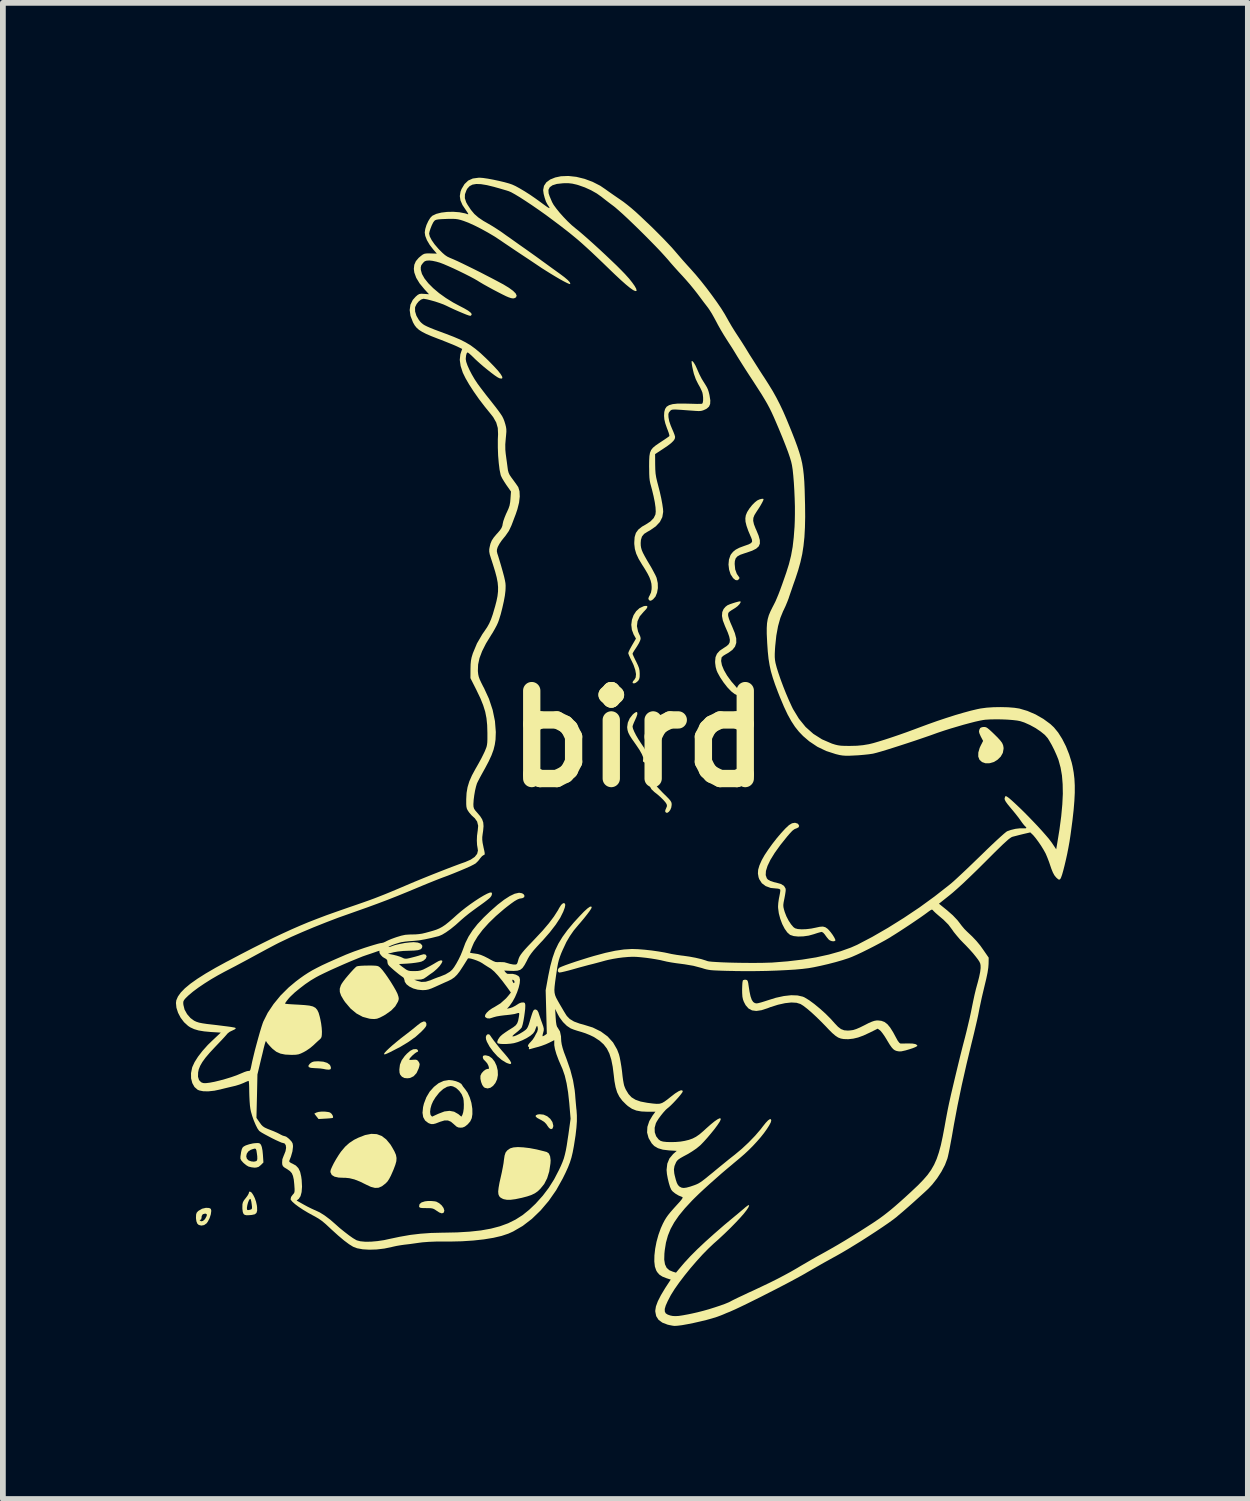
<source format=kicad_pcb>
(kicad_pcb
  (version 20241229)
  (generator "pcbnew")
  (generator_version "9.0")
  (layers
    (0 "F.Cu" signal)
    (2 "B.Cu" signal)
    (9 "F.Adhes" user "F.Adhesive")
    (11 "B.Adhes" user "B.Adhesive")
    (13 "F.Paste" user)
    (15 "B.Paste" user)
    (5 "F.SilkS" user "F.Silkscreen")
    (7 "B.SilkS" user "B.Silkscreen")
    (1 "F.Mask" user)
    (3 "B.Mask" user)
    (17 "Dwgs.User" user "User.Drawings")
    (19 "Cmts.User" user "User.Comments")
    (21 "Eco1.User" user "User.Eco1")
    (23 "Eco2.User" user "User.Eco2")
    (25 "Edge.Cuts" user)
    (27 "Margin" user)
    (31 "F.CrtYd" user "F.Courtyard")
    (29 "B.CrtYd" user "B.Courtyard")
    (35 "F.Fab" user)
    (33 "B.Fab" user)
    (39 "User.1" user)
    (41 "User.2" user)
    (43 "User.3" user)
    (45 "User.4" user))
  (footprint "bird"
    (layer "F.Cu")
    (at 8.017 9.755)
    (property "Reference" "bird" (at 0 0 0) (layer "F.SilkS") (effects (font (size 1.524 1.524) (thickness 0.3))))
    (attr board_only exclude_from_pos_files exclude_from_bom)
    (fp_poly (pts (xy -5.429 6.463) (xy -5.375 6.47) (xy -5.347 6.478) (xy -5.321 6.499) (xy -5.301 6.529) (xy -5.293 6.558) (xy -5.298 6.571) (xy -5.315 6.575) (xy -5.353 6.579) (xy -5.407 6.583) (xy -5.425 6.584) (xy -5.546 6.591) (xy -5.582 6.545) (xy -5.619 6.498) (xy -5.586 6.48) (xy -5.547 6.468) (xy -5.491 6.462)) (stroke (width 0) (type solid)) (fill yes) (layer "F.SilkS"))
    (fp_poly (pts (xy -1.645 6.515) (xy -1.582 6.543) (xy -1.529 6.588) (xy -1.492 6.643) (xy -1.477 6.703) (xy -1.478 6.723) (xy -1.491 6.757) (xy -1.517 6.767) (xy -1.547 6.749) (xy -1.551 6.745) (xy -1.575 6.713) (xy -1.599 6.677) (xy -1.631 6.644) (xy -1.682 6.611) (xy -1.706 6.599) (xy -1.758 6.571) (xy -1.783 6.546) (xy -1.779 6.526) (xy -1.748 6.512) (xy -1.714 6.508)) (stroke (width 0) (type solid)) (fill yes) (layer "F.SilkS"))
    (fp_poly (pts (xy -5.463 5.597) (xy -5.395 5.618) (xy -5.352 5.65) (xy -5.339 5.672) (xy -5.33 5.707) (xy -5.338 5.728) (xy -5.365 5.736) (xy -5.415 5.732) (xy -5.465 5.722) (xy -5.513 5.715) (xy -5.575 5.711) (xy -5.617 5.709) (xy -5.68 5.704) (xy -5.715 5.691) (xy -5.722 5.668) (xy -5.701 5.637) (xy -5.688 5.625) (xy -5.659 5.605) (xy -5.625 5.594) (xy -5.576 5.591) (xy -5.552 5.59)) (stroke (width 0) (type solid)) (fill yes) (layer "F.SilkS"))
    (fp_poly (pts (xy -2.586 5.125) (xy -2.566 5.149) (xy -2.546 5.179) (xy -2.512 5.226) (xy -2.468 5.283) (xy -2.419 5.345) (xy -2.369 5.405) (xy -2.33 5.449) (xy -2.267 5.524) (xy -2.226 5.579) (xy -2.207 5.616) (xy -2.21 5.635) (xy -2.235 5.636) (xy -2.282 5.62) (xy -2.298 5.612) (xy -2.371 5.567) (xy -2.447 5.502) (xy -2.519 5.422) (xy -2.581 5.337) (xy -2.627 5.253) (xy -2.643 5.208) (xy -2.646 5.168) (xy -2.634 5.137) (xy -2.612 5.121)) (stroke (width 0) (type solid)) (fill yes) (layer "F.SilkS"))
    (fp_poly (pts (xy -3.536 8.017) (xy -3.505 8.023) (xy -3.456 8.049) (xy -3.411 8.088) (xy -3.379 8.133) (xy -3.366 8.175) (xy -3.366 8.184) (xy -3.379 8.217) (xy -3.409 8.226) (xy -3.453 8.211) (xy -3.496 8.183) (xy -3.531 8.159) (xy -3.562 8.144) (xy -3.597 8.137) (xy -3.648 8.135) (xy -3.68 8.135) (xy -3.739 8.134) (xy -3.775 8.131) (xy -3.793 8.124) (xy -3.801 8.112) (xy -3.803 8.104) (xy -3.795 8.066) (xy -3.761 8.037) (xy -3.702 8.018) (xy -3.651 8.012) (xy -3.592 8.012)) (stroke (width 0) (type solid)) (fill yes) (layer "F.SilkS"))
    (fp_poly (pts (xy -3.694 4.904) (xy -3.677 4.934) (xy -3.676 4.944) (xy -3.677 4.969) (xy -3.691 4.996) (xy -3.72 5.031) (xy -3.764 5.077) (xy -3.864 5.167) (xy -3.983 5.252) (xy -4.124 5.338) (xy -4.23 5.393) (xy -4.302 5.43) (xy -4.353 5.454) (xy -4.385 5.467) (xy -4.403 5.471) (xy -4.41 5.466) (xy -4.41 5.461) (xy -4.399 5.442) (xy -4.369 5.409) (xy -4.322 5.364) (xy -4.264 5.312) (xy -4.197 5.256) (xy -4.126 5.198) (xy -4.078 5.161) (xy -4.01 5.109) (xy -3.941 5.055) (xy -3.88 5.006) (xy -3.834 4.968) (xy -3.833 4.967) (xy -3.772 4.921) (xy -3.725 4.9)) (stroke (width 0) (type solid)) (fill yes) (layer "F.SilkS"))
    (fp_poly (pts (xy 6.025 -0.199) (xy 6.05 -0.184) (xy 6.083 -0.157) (xy 6.13 -0.114) (xy 6.159 -0.086) (xy 6.225 -0.021) (xy 6.272 0.031) (xy 6.303 0.073) (xy 6.32 0.112) (xy 6.327 0.15) (xy 6.328 0.173) (xy 6.315 0.245) (xy 6.278 0.31) (xy 6.224 0.363) (xy 6.159 0.403) (xy 6.087 0.424) (xy 6.015 0.425) (xy 5.955 0.404) (xy 5.911 0.365) (xy 5.889 0.309) (xy 5.89 0.239) (xy 5.913 0.159) (xy 5.929 0.124) (xy 5.973 0.037) (xy 5.933 -0.039) (xy 5.911 -0.088) (xy 5.902 -0.121) (xy 5.906 -0.151) (xy 5.908 -0.157) (xy 5.924 -0.187) (xy 5.952 -0.2) (xy 5.977 -0.204) (xy 6.002 -0.204)) (stroke (width 0) (type solid)) (fill yes) (layer "F.SilkS"))
    (fp_poly (pts (xy -2.591 5.501) (xy -2.538 5.539) (xy -2.493 5.597) (xy -2.46 5.668) (xy -2.44 5.749) (xy -2.437 5.829) (xy -2.451 5.903) (xy -2.48 5.966) (xy -2.52 6.016) (xy -2.566 6.049) (xy -2.615 6.061) (xy -2.663 6.05) (xy -2.682 6.037) (xy -2.708 6.001) (xy -2.728 5.949) (xy -2.74 5.893) (xy -2.74 5.844) (xy -2.739 5.839) (xy -2.719 5.797) (xy -2.684 5.758) (xy -2.645 5.731) (xy -2.618 5.723) (xy -2.596 5.721) (xy -2.591 5.709) (xy -2.598 5.679) (xy -2.6 5.67) (xy -2.623 5.625) (xy -2.655 5.588) (xy -2.658 5.586) (xy -2.689 5.553) (xy -2.699 5.521) (xy -2.695 5.498) (xy -2.676 5.489) (xy -2.648 5.487)) (stroke (width 0) (type solid)) (fill yes) (layer "F.SilkS"))
    (fp_poly (pts (xy 0.221 0.675) (xy 0.235 0.698) (xy 0.248 0.728) (xy 0.279 0.779) (xy 0.333 0.844) (xy 0.41 0.925) (xy 0.427 0.942) (xy 0.486 1) (xy 0.527 1.042) (xy 0.553 1.073) (xy 0.568 1.098) (xy 0.574 1.12) (xy 0.575 1.145) (xy 0.575 1.146) (xy 0.568 1.192) (xy 0.551 1.233) (xy 0.527 1.265) (xy 0.501 1.283) (xy 0.477 1.281) (xy 0.463 1.262) (xy 0.465 1.236) (xy 0.479 1.205) (xy 0.494 1.166) (xy 0.488 1.134) (xy 0.468 1.103) (xy 0.43 1.059) (xy 0.38 1.01) (xy 0.324 0.961) (xy 0.275 0.923) (xy 0.224 0.874) (xy 0.191 0.816) (xy 0.178 0.758) (xy 0.187 0.705) (xy 0.197 0.686) (xy 0.21 0.672)) (stroke (width 0) (type solid)) (fill yes) (layer "F.SilkS"))
    (fp_poly (pts (xy -7.442 8.133) (xy -7.413 8.148) (xy -7.405 8.179) (xy -7.405 8.184) (xy -7.413 8.243) (xy -7.434 8.309) (xy -7.464 8.368) (xy -7.486 8.399) (xy -7.529 8.429) (xy -7.577 8.438) (xy -7.622 8.427) (xy -7.647 8.404) (xy -7.662 8.366) (xy -7.666 8.342) (xy -7.606 8.342) (xy -7.604 8.348) (xy -7.581 8.364) (xy -7.549 8.357) (xy -7.518 8.33) (xy -7.508 8.315) (xy -7.484 8.27) (xy -7.482 8.243) (xy -7.5 8.232) (xy -7.514 8.231) (xy -7.552 8.241) (xy -7.571 8.272) (xy -7.574 8.304) (xy -7.581 8.332) (xy -7.594 8.337) (xy -7.606 8.342) (xy -7.666 8.342) (xy -7.67 8.311) (xy -7.67 8.295) (xy -7.668 8.247) (xy -7.658 8.215) (xy -7.635 8.189) (xy -7.625 8.181) (xy -7.565 8.146) (xy -7.497 8.13)) (stroke (width 0) (type solid)) (fill yes) (layer "F.SilkS"))
    (fp_poly (pts (xy -3.846 5.381) (xy -3.827 5.393) (xy -3.82 5.413) (xy -3.828 5.427) (xy -3.835 5.428) (xy -3.855 5.438) (xy -3.887 5.462) (xy -3.922 5.493) (xy -3.952 5.525) (xy -3.968 5.546) (xy -3.973 5.561) (xy -3.963 5.567) (xy -3.932 5.566) (xy -3.91 5.564) (xy -3.865 5.562) (xy -3.839 5.568) (xy -3.82 5.586) (xy -3.812 5.597) (xy -3.798 5.622) (xy -3.793 5.644) (xy -3.799 5.676) (xy -3.811 5.716) (xy -3.847 5.795) (xy -3.898 5.85) (xy -3.961 5.88) (xy -4.006 5.885) (xy -4.058 5.88) (xy -4.095 5.861) (xy -4.109 5.849) (xy -4.131 5.821) (xy -4.142 5.788) (xy -4.145 5.737) (xy -4.145 5.731) (xy -4.135 5.649) (xy -4.105 5.573) (xy -4.052 5.499) (xy -4.014 5.458) (xy -3.956 5.408) (xy -3.905 5.382) (xy -3.856 5.379)) (stroke (width 0) (type solid)) (fill yes) (layer "F.SilkS"))
    (fp_poly (pts (xy -1.996 7.082) (xy -1.887 7.095) (xy -1.766 7.118) (xy -1.64 7.149) (xy -1.589 7.163) (xy -1.554 7.188) (xy -1.532 7.237) (xy -1.523 7.306) (xy -1.526 7.36) (xy -1.547 7.5) (xy -1.583 7.617) (xy -1.634 7.717) (xy -1.701 7.8) (xy -1.748 7.845) (xy -1.797 7.879) (xy -1.855 7.907) (xy -1.928 7.932) (xy -2.023 7.957) (xy -2.028 7.958) (xy -2.133 7.98) (xy -2.216 7.991) (xy -2.281 7.991) (xy -2.335 7.981) (xy -2.355 7.973) (xy -2.39 7.954) (xy -2.414 7.929) (xy -2.428 7.895) (xy -2.432 7.848) (xy -2.425 7.783) (xy -2.41 7.697) (xy -2.389 7.604) (xy -2.37 7.519) (xy -2.353 7.433) (xy -2.339 7.355) (xy -2.332 7.297) (xy -2.321 7.224) (xy -2.304 7.172) (xy -2.276 7.136) (xy -2.234 7.106) (xy -2.22 7.098) (xy -2.167 7.083) (xy -2.091 7.077)) (stroke (width 0) (type solid)) (fill yes) (layer "F.SilkS"))
    (fp_poly (pts (xy -0.02 -0.45) (xy -0.02 -0.449) (xy -0.021 -0.422) (xy -0.036 -0.377) (xy -0.057 -0.33) (xy -0.08 -0.279) (xy -0.097 -0.236) (xy -0.103 -0.21) (xy -0.103 -0.21) (xy -0.095 -0.174) (xy -0.073 -0.121) (xy -0.041 -0.058) (xy -0.002 0.008) (xy 0.035 0.065) (xy 0.098 0.159) (xy 0.139 0.237) (xy 0.16 0.302) (xy 0.162 0.357) (xy 0.153 0.39) (xy 0.133 0.409) (xy 0.104 0.412) (xy 0.081 0.398) (xy 0.081 0.398) (xy 0.077 0.373) (xy 0.081 0.355) (xy 0.08 0.319) (xy 0.058 0.266) (xy 0.017 0.193) (xy -0.045 0.101) (xy -0.059 0.081) (xy -0.114 0.003) (xy -0.152 -0.057) (xy -0.177 -0.107) (xy -0.19 -0.15) (xy -0.196 -0.193) (xy -0.196 -0.207) (xy -0.185 -0.28) (xy -0.152 -0.354) (xy -0.103 -0.417) (xy -0.074 -0.443) (xy -0.044 -0.462) (xy -0.029 -0.464)) (stroke (width 0) (type solid)) (fill yes) (layer "F.SilkS"))
    (fp_poly (pts (xy -4.536 6.853) (xy -4.45 6.885) (xy -4.372 6.945) (xy -4.3 7.032) (xy -4.271 7.079) (xy -4.23 7.152) (xy -4.204 7.212) (xy -4.194 7.266) (xy -4.197 7.321) (xy -4.215 7.386) (xy -4.246 7.468) (xy -4.255 7.489) (xy -4.291 7.571) (xy -4.322 7.63) (xy -4.351 7.674) (xy -4.383 7.707) (xy -4.383 7.707) (xy -4.446 7.756) (xy -4.505 7.782) (xy -4.567 7.785) (xy -4.638 7.767) (xy -4.713 7.732) (xy -4.827 7.676) (xy -4.924 7.638) (xy -5.009 7.617) (xy -5.086 7.609) (xy -5.1 7.61) (xy -5.197 7.606) (xy -5.269 7.59) (xy -5.316 7.561) (xy -5.338 7.517) (xy -5.34 7.495) (xy -5.332 7.465) (xy -5.311 7.417) (xy -5.281 7.356) (xy -5.244 7.291) (xy -5.204 7.226) (xy -5.165 7.168) (xy -5.154 7.153) (xy -5.084 7.07) (xy -5.013 7.006) (xy -4.931 6.952) (xy -4.859 6.916) (xy -4.739 6.869) (xy -4.631 6.848)) (stroke (width 0) (type solid)) (fill yes) (layer "F.SilkS"))
    (fp_poly (pts (xy -6.705 7.867) (xy -6.678 7.907) (xy -6.651 7.961) (xy -6.629 8.024) (xy -6.615 8.087) (xy -6.611 8.12) (xy -6.61 8.18) (xy -6.622 8.219) (xy -6.65 8.242) (xy -6.7 8.253) (xy -6.739 8.257) (xy -6.791 8.259) (xy -6.823 8.253) (xy -6.843 8.239) (xy -6.845 8.237) (xy -6.859 8.202) (xy -6.866 8.146) (xy -6.787 8.146) (xy -6.783 8.165) (xy -6.768 8.17) (xy -6.734 8.164) (xy -6.728 8.162) (xy -6.709 8.155) (xy -6.7 8.141) (xy -6.699 8.113) (xy -6.704 8.07) (xy -6.711 8.023) (xy -6.72 7.988) (xy -6.725 7.976) (xy -6.738 7.978) (xy -6.753 8.001) (xy -6.768 8.039) (xy -6.78 8.083) (xy -6.787 8.126) (xy -6.787 8.146) (xy -6.866 8.146) (xy -6.866 8.144) (xy -6.866 8.121) (xy -6.865 8.069) (xy -6.856 8.032) (xy -6.837 7.998) (xy -6.807 7.96) (xy -6.777 7.92) (xy -6.757 7.885) (xy -6.753 7.867) (xy -6.747 7.85) (xy -6.731 7.85)) (stroke (width 0) (type solid)) (fill yes) (layer "F.SilkS"))
    (fp_poly (pts (xy -4.614 3.931) (xy -4.564 3.933) (xy -4.53 3.937) (xy -4.507 3.945) (xy -4.487 3.958) (xy -4.469 3.975) (xy -4.435 4.013) (xy -4.391 4.071) (xy -4.342 4.141) (xy -4.292 4.217) (xy -4.246 4.292) (xy -4.207 4.36) (xy -4.18 4.414) (xy -4.174 4.429) (xy -4.159 4.476) (xy -4.155 4.509) (xy -4.162 4.538) (xy -4.169 4.557) (xy -4.216 4.638) (xy -4.287 4.711) (xy -4.384 4.78) (xy -4.418 4.8) (xy -4.482 4.833) (xy -4.532 4.852) (xy -4.581 4.858) (xy -4.638 4.855) (xy -4.666 4.851) (xy -4.78 4.82) (xy -4.889 4.761) (xy -4.991 4.676) (xy -5.085 4.565) (xy -5.111 4.527) (xy -5.155 4.452) (xy -5.177 4.389) (xy -5.178 4.332) (xy -5.16 4.275) (xy -5.144 4.245) (xy -5.118 4.207) (xy -5.08 4.157) (xy -5.034 4.102) (xy -4.986 4.047) (xy -4.941 3.998) (xy -4.905 3.962) (xy -4.885 3.946) (xy -4.861 3.94) (xy -4.814 3.935) (xy -4.752 3.932) (xy -4.688 3.931)) (stroke (width 0) (type solid)) (fill yes) (layer "F.SilkS"))
    (fp_poly (pts (xy -6.574 7.01) (xy -6.556 7.022) (xy -6.543 7.039) (xy -6.529 7.076) (xy -6.517 7.138) (xy -6.51 7.209) (xy -6.501 7.344) (xy -6.546 7.389) (xy -6.584 7.42) (xy -6.624 7.432) (xy -6.655 7.434) (xy -6.707 7.428) (xy -6.755 7.416) (xy -6.763 7.413) (xy -6.801 7.39) (xy -6.843 7.355) (xy -6.857 7.341) (xy -6.887 7.306) (xy -6.9 7.277) (xy -6.899 7.241) (xy -6.899 7.238) (xy -6.799 7.238) (xy -6.788 7.279) (xy -6.759 7.308) (xy -6.713 7.325) (xy -6.666 7.33) (xy -6.628 7.322) (xy -6.612 7.308) (xy -6.607 7.282) (xy -6.608 7.237) (xy -6.614 7.19) (xy -6.622 7.138) (xy -6.632 7.11) (xy -6.65 7.103) (xy -6.685 7.112) (xy -6.721 7.125) (xy -6.763 7.153) (xy -6.79 7.193) (xy -6.799 7.238) (xy -6.899 7.238) (xy -6.898 7.233) (xy -6.888 7.164) (xy -6.877 7.118) (xy -6.864 7.088) (xy -6.845 7.069) (xy -6.817 7.053) (xy -6.803 7.047) (xy -6.749 7.029) (xy -6.684 7.014) (xy -6.652 7.01) (xy -6.603 7.007)) (stroke (width 0) (type solid)) (fill yes) (layer "F.SilkS"))
    (fp_poly (pts (xy 0.148 -2.302) (xy 0.155 -2.285) (xy 0.138 -2.253) (xy 0.096 -2.207) (xy 0.09 -2.202) (xy 0.022 -2.122) (xy -0.017 -2.038) (xy -0.027 -1.952) (xy -0.008 -1.86) (xy 0.008 -1.822) (xy 0.029 -1.776) (xy 0.037 -1.745) (xy 0.034 -1.719) (xy 0.024 -1.692) (xy 0.004 -1.651) (xy -0.026 -1.601) (xy -0.05 -1.564) (xy -0.078 -1.522) (xy -0.097 -1.489) (xy -0.103 -1.474) (xy -0.097 -1.456) (xy -0.08 -1.418) (xy -0.056 -1.368) (xy -0.041 -1.339) (xy -0.01 -1.274) (xy 0.009 -1.225) (xy 0.018 -1.181) (xy 0.021 -1.131) (xy 0.021 -1.126) (xy 0.02 -1.071) (xy 0.012 -1.035) (xy -0.004 -1.007) (xy -0.014 -0.997) (xy -0.046 -0.971) (xy -0.077 -0.959) (xy -0.098 -0.964) (xy -0.103 -0.978) (xy -0.093 -1) (xy -0.072 -1.023) (xy -0.049 -1.062) (xy -0.043 -1.12) (xy -0.056 -1.193) (xy -0.085 -1.278) (xy -0.115 -1.342) (xy -0.143 -1.398) (xy -0.164 -1.445) (xy -0.176 -1.477) (xy -0.177 -1.485) (xy -0.17 -1.508) (xy -0.151 -1.549) (xy -0.123 -1.6) (xy -0.11 -1.623) (xy -0.044 -1.736) (xy -0.084 -1.807) (xy -0.115 -1.889) (xy -0.125 -1.976) (xy -0.114 -2.062) (xy -0.085 -2.143) (xy -0.04 -2.212) (xy 0.02 -2.266) (xy 0.091 -2.298) (xy 0.117 -2.303)) (stroke (width 0) (type solid)) (fill yes) (layer "F.SilkS"))
    (fp_poly (pts (xy 2.168 -4.152) (xy 2.161 -4.129) (xy 2.141 -4.089) (xy 2.112 -4.038) (xy 2.078 -3.984) (xy 2.045 -3.934) (xy 2.01 -3.878) (xy 1.991 -3.829) (xy 1.988 -3.778) (xy 2.001 -3.718) (xy 2.03 -3.643) (xy 2.043 -3.615) (xy 2.082 -3.52) (xy 2.103 -3.444) (xy 2.104 -3.383) (xy 2.084 -3.335) (xy 2.04 -3.295) (xy 1.971 -3.26) (xy 1.874 -3.226) (xy 1.839 -3.215) (xy 1.764 -3.189) (xy 1.714 -3.161) (xy 1.684 -3.126) (xy 1.67 -3.079) (xy 1.667 -3.031) (xy 1.676 -2.936) (xy 1.704 -2.859) (xy 1.73 -2.821) (xy 1.749 -2.795) (xy 1.747 -2.775) (xy 1.741 -2.766) (xy 1.712 -2.746) (xy 1.679 -2.752) (xy 1.639 -2.785) (xy 1.638 -2.787) (xy 1.596 -2.851) (xy 1.57 -2.932) (xy 1.56 -3.02) (xy 1.568 -3.106) (xy 1.594 -3.181) (xy 1.603 -3.197) (xy 1.639 -3.241) (xy 1.685 -3.278) (xy 1.748 -3.311) (xy 1.834 -3.343) (xy 1.846 -3.347) (xy 1.911 -3.37) (xy 1.951 -3.392) (xy 1.969 -3.416) (xy 1.967 -3.448) (xy 1.951 -3.493) (xy 1.947 -3.5) (xy 1.902 -3.606) (xy 1.872 -3.692) (xy 1.855 -3.762) (xy 1.852 -3.82) (xy 1.86 -3.873) (xy 1.881 -3.924) (xy 1.883 -3.929) (xy 1.921 -3.989) (xy 1.969 -4.05) (xy 2.02 -4.101) (xy 2.057 -4.13) (xy 2.095 -4.148) (xy 2.132 -4.158) (xy 2.159 -4.16)) (stroke (width 0) (type solid)) (fill yes) (layer "F.SilkS"))
    (fp_poly (pts (xy 1.768 -2.382) (xy 1.769 -2.362) (xy 1.75 -2.332) (xy 1.717 -2.298) (xy 1.674 -2.266) (xy 1.658 -2.256) (xy 1.614 -2.229) (xy 1.578 -2.204) (xy 1.563 -2.19) (xy 1.553 -2.166) (xy 1.554 -2.13) (xy 1.568 -2.079) (xy 1.595 -2.009) (xy 1.625 -1.941) (xy 1.67 -1.831) (xy 1.694 -1.739) (xy 1.695 -1.663) (xy 1.673 -1.597) (xy 1.628 -1.541) (xy 1.558 -1.49) (xy 1.51 -1.463) (xy 1.471 -1.439) (xy 1.445 -1.416) (xy 1.44 -1.408) (xy 1.432 -1.349) (xy 1.446 -1.275) (xy 1.481 -1.19) (xy 1.535 -1.096) (xy 1.607 -0.997) (xy 1.692 -0.898) (xy 1.733 -0.849) (xy 1.752 -0.812) (xy 1.753 -0.794) (xy 1.739 -0.762) (xy 1.711 -0.756) (xy 1.668 -0.775) (xy 1.612 -0.818) (xy 1.605 -0.824) (xy 1.54 -0.892) (xy 1.476 -0.974) (xy 1.417 -1.062) (xy 1.371 -1.145) (xy 1.355 -1.182) (xy 1.338 -1.243) (xy 1.329 -1.312) (xy 1.328 -1.34) (xy 1.335 -1.414) (xy 1.36 -1.473) (xy 1.406 -1.525) (xy 1.478 -1.574) (xy 1.48 -1.575) (xy 1.528 -1.606) (xy 1.562 -1.637) (xy 1.58 -1.671) (xy 1.584 -1.714) (xy 1.573 -1.769) (xy 1.548 -1.841) (xy 1.508 -1.933) (xy 1.499 -1.954) (xy 1.462 -2.05) (xy 1.447 -2.129) (xy 1.452 -2.196) (xy 1.475 -2.249) (xy 1.506 -2.286) (xy 1.542 -2.314) (xy 1.545 -2.315) (xy 1.584 -2.332) (xy 1.634 -2.349) (xy 1.685 -2.365) (xy 1.73 -2.377) (xy 1.76 -2.382)) (stroke (width 0) (type solid)) (fill yes) (layer "F.SilkS"))
    (fp_poly (pts (xy -3.224 5.921) (xy -3.163 5.936) (xy -3.11 5.957) (xy -3.071 5.982) (xy -3.058 6.001) (xy -3.042 6.027) (xy -3.015 6.061) (xy -3.007 6.07) (xy -2.963 6.133) (xy -2.925 6.216) (xy -2.896 6.311) (xy -2.881 6.408) (xy -2.88 6.418) (xy -2.879 6.507) (xy -2.89 6.576) (xy -2.916 6.632) (xy -2.959 6.682) (xy -2.966 6.688) (xy -3.009 6.722) (xy -3.048 6.738) (xy -3.083 6.741) (xy -3.123 6.737) (xy -3.156 6.721) (xy -3.193 6.688) (xy -3.198 6.683) (xy -3.251 6.638) (xy -3.303 6.616) (xy -3.363 6.616) (xy -3.436 6.638) (xy -3.452 6.644) (xy -3.514 6.668) (xy -3.559 6.679) (xy -3.595 6.678) (xy -3.63 6.666) (xy -3.645 6.659) (xy -3.699 6.617) (xy -3.732 6.558) (xy -3.744 6.481) (xy -3.742 6.465) (xy -3.612 6.465) (xy -3.607 6.51) (xy -3.599 6.527) (xy -3.582 6.545) (xy -3.576 6.549) (xy -3.562 6.543) (xy -3.528 6.527) (xy -3.48 6.505) (xy -3.464 6.498) (xy -3.364 6.46) (xy -3.276 6.449) (xy -3.196 6.464) (xy -3.122 6.506) (xy -3.114 6.513) (xy -3.07 6.55) (xy -3.052 6.518) (xy -3.038 6.473) (xy -3.029 6.41) (xy -3.027 6.339) (xy -3.031 6.269) (xy -3.038 6.227) (xy -3.064 6.163) (xy -3.106 6.104) (xy -3.158 6.056) (xy -3.214 6.026) (xy -3.254 6.018) (xy -3.318 6.032) (xy -3.386 6.071) (xy -3.454 6.133) (xy -3.518 6.214) (xy -3.56 6.282) (xy -3.587 6.343) (xy -3.605 6.407) (xy -3.612 6.465) (xy -3.742 6.465) (xy -3.734 6.385) (xy -3.719 6.323) (xy -3.677 6.213) (xy -3.619 6.116) (xy -3.546 6.034) (xy -3.465 5.97) (xy -3.377 5.93) (xy -3.287 5.915) (xy -3.284 5.915)) (stroke (width 0) (type solid)) (fill yes) (layer "F.SilkS"))
    (fp_poly (pts (xy 2.757 1.47) (xy 2.768 1.479) (xy 2.785 1.509) (xy 2.774 1.535) (xy 2.737 1.554) (xy 2.729 1.556) (xy 2.7 1.569) (xy 2.665 1.596) (xy 2.621 1.643) (xy 2.577 1.694) (xy 2.458 1.843) (xy 2.361 1.978) (xy 2.287 2.098) (xy 2.237 2.202) (xy 2.209 2.291) (xy 2.205 2.363) (xy 2.224 2.418) (xy 2.244 2.441) (xy 2.287 2.465) (xy 2.351 2.486) (xy 2.384 2.493) (xy 2.466 2.516) (xy 2.521 2.549) (xy 2.548 2.593) (xy 2.552 2.619) (xy 2.549 2.652) (xy 2.541 2.704) (xy 2.53 2.764) (xy 2.527 2.778) (xy 2.515 2.839) (xy 2.51 2.881) (xy 2.512 2.917) (xy 2.521 2.957) (xy 2.535 3.004) (xy 2.564 3.079) (xy 2.602 3.152) (xy 2.644 3.216) (xy 2.685 3.264) (xy 2.714 3.285) (xy 2.761 3.298) (xy 2.828 3.303) (xy 2.908 3.3) (xy 2.993 3.29) (xy 3.068 3.275) (xy 3.142 3.259) (xy 3.196 3.255) (xy 3.239 3.267) (xy 3.277 3.293) (xy 3.299 3.315) (xy 3.333 3.355) (xy 3.366 3.4) (xy 3.393 3.444) (xy 3.41 3.479) (xy 3.413 3.498) (xy 3.413 3.498) (xy 3.391 3.51) (xy 3.355 3.509) (xy 3.317 3.495) (xy 3.294 3.477) (xy 3.265 3.442) (xy 3.234 3.4) (xy 3.232 3.396) (xy 3.205 3.365) (xy 3.18 3.349) (xy 3.175 3.348) (xy 3.151 3.353) (xy 3.107 3.365) (xy 3.052 3.383) (xy 3.04 3.387) (xy 2.95 3.412) (xy 2.858 3.425) (xy 2.768 3.428) (xy 2.691 3.42) (xy 2.632 3.401) (xy 2.627 3.399) (xy 2.579 3.357) (xy 2.533 3.292) (xy 2.491 3.211) (xy 2.457 3.12) (xy 2.432 3.025) (xy 2.42 2.933) (xy 2.419 2.906) (xy 2.423 2.845) (xy 2.433 2.775) (xy 2.442 2.73) (xy 2.452 2.678) (xy 2.458 2.637) (xy 2.457 2.615) (xy 2.438 2.602) (xy 2.403 2.596) (xy 2.398 2.596) (xy 2.292 2.586) (xy 2.205 2.554) (xy 2.138 2.504) (xy 2.093 2.434) (xy 2.081 2.4) (xy 2.07 2.336) (xy 2.074 2.27) (xy 2.096 2.195) (xy 2.135 2.106) (xy 2.14 2.097) (xy 2.185 2.017) (xy 2.247 1.924) (xy 2.318 1.825) (xy 2.395 1.726) (xy 2.473 1.634) (xy 2.546 1.555) (xy 2.608 1.497) (xy 2.661 1.465) (xy 2.713 1.456)) (stroke (width 0) (type solid)) (fill yes) (layer "F.SilkS"))
    (fp_poly (pts (xy 1.881 4.183) (xy 1.893 4.2) (xy 1.902 4.234) (xy 1.907 4.27) (xy 1.924 4.38) (xy 1.942 4.464) (xy 1.963 4.524) (xy 1.988 4.562) (xy 2.018 4.582) (xy 2.048 4.587) (xy 2.078 4.582) (xy 2.128 4.569) (xy 2.189 4.55) (xy 2.232 4.536) (xy 2.382 4.489) (xy 2.521 4.459) (xy 2.647 4.445) (xy 2.757 4.449) (xy 2.848 4.47) (xy 2.878 4.483) (xy 2.957 4.531) (xy 3.047 4.597) (xy 3.144 4.677) (xy 3.241 4.764) (xy 3.332 4.855) (xy 3.399 4.93) (xy 3.458 4.992) (xy 3.51 5.032) (xy 3.565 5.053) (xy 3.629 5.058) (xy 3.673 5.055) (xy 3.722 5.048) (xy 3.775 5.031) (xy 3.838 5.004) (xy 3.917 4.965) (xy 3.989 4.928) (xy 4.044 4.904) (xy 4.086 4.89) (xy 4.124 4.883) (xy 4.15 4.882) (xy 4.21 4.889) (xy 4.264 4.909) (xy 4.314 4.947) (xy 4.362 5.005) (xy 4.413 5.086) (xy 4.461 5.175) (xy 4.494 5.235) (xy 4.522 5.271) (xy 4.54 5.282) (xy 4.566 5.283) (xy 4.613 5.282) (xy 4.67 5.281) (xy 4.676 5.281) (xy 4.749 5.283) (xy 4.796 5.291) (xy 4.815 5.3) (xy 4.833 5.315) (xy 4.83 5.327) (xy 4.803 5.342) (xy 4.8 5.344) (xy 4.757 5.362) (xy 4.696 5.382) (xy 4.628 5.402) (xy 4.565 5.416) (xy 4.558 5.418) (xy 4.516 5.419) (xy 4.476 5.412) (xy 4.444 5.4) (xy 4.416 5.38) (xy 4.388 5.349) (xy 4.354 5.301) (xy 4.312 5.232) (xy 4.3 5.211) (xy 4.264 5.153) (xy 4.228 5.102) (xy 4.198 5.065) (xy 4.186 5.054) (xy 4.146 5.025) (xy 4.009 5.093) (xy 3.899 5.144) (xy 3.806 5.178) (xy 3.722 5.198) (xy 3.641 5.207) (xy 3.619 5.207) (xy 3.558 5.205) (xy 3.507 5.196) (xy 3.46 5.178) (xy 3.413 5.147) (xy 3.359 5.101) (xy 3.295 5.037) (xy 3.251 4.99) (xy 3.166 4.903) (xy 3.08 4.819) (xy 2.998 4.743) (xy 2.922 4.678) (xy 2.857 4.628) (xy 2.807 4.597) (xy 2.807 4.597) (xy 2.738 4.576) (xy 2.648 4.571) (xy 2.54 4.583) (xy 2.418 4.61) (xy 2.285 4.652) (xy 2.239 4.67) (xy 2.131 4.705) (xy 2.042 4.718) (xy 1.968 4.708) (xy 1.907 4.675) (xy 1.857 4.618) (xy 1.826 4.559) (xy 1.811 4.518) (xy 1.801 4.471) (xy 1.797 4.408) (xy 1.796 4.348) (xy 1.798 4.284) (xy 1.801 4.231) (xy 1.807 4.196) (xy 1.811 4.186) (xy 1.836 4.177) (xy 1.861 4.177)) (stroke (width 0) (type solid)) (fill yes) (layer "F.SilkS"))
    (fp_poly (pts (xy 0.937 -6.544) (xy 0.959 -6.518) (xy 0.986 -6.473) (xy 1.014 -6.412) (xy 1.026 -6.384) (xy 1.056 -6.316) (xy 1.093 -6.244) (xy 1.121 -6.198) (xy 1.16 -6.136) (xy 1.187 -6.09) (xy 1.204 -6.052) (xy 1.217 -6.012) (xy 1.229 -5.963) (xy 1.232 -5.947) (xy 1.245 -5.865) (xy 1.242 -5.803) (xy 1.222 -5.757) (xy 1.183 -5.722) (xy 1.156 -5.708) (xy 1.119 -5.692) (xy 1.085 -5.683) (xy 1.044 -5.68) (xy 0.986 -5.683) (xy 0.961 -5.685) (xy 0.846 -5.693) (xy 0.756 -5.7) (xy 0.689 -5.704) (xy 0.64 -5.707) (xy 0.606 -5.706) (xy 0.584 -5.704) (xy 0.569 -5.699) (xy 0.558 -5.692) (xy 0.549 -5.682) (xy 0.546 -5.679) (xy 0.527 -5.655) (xy 0.518 -5.628) (xy 0.519 -5.588) (xy 0.521 -5.565) (xy 0.533 -5.503) (xy 0.558 -5.43) (xy 0.582 -5.373) (xy 0.606 -5.317) (xy 0.625 -5.268) (xy 0.634 -5.234) (xy 0.634 -5.228) (xy 0.628 -5.197) (xy 0.605 -5.163) (xy 0.565 -5.124) (xy 0.504 -5.077) (xy 0.428 -5.026) (xy 0.288 -4.934) (xy 0.289 -4.757) (xy 0.291 -4.668) (xy 0.296 -4.597) (xy 0.307 -4.528) (xy 0.325 -4.451) (xy 0.336 -4.41) (xy 0.368 -4.285) (xy 0.394 -4.169) (xy 0.413 -4.067) (xy 0.425 -3.983) (xy 0.428 -3.933) (xy 0.413 -3.842) (xy 0.371 -3.758) (xy 0.3 -3.682) (xy 0.201 -3.613) (xy 0.159 -3.59) (xy 0.097 -3.551) (xy 0.06 -3.505) (xy 0.042 -3.446) (xy 0.038 -3.395) (xy 0.039 -3.351) (xy 0.045 -3.312) (xy 0.057 -3.27) (xy 0.077 -3.223) (xy 0.108 -3.164) (xy 0.151 -3.088) (xy 0.185 -3.031) (xy 0.227 -2.96) (xy 0.264 -2.891) (xy 0.295 -2.832) (xy 0.314 -2.789) (xy 0.315 -2.784) (xy 0.334 -2.698) (xy 0.336 -2.612) (xy 0.322 -2.532) (xy 0.294 -2.464) (xy 0.252 -2.416) (xy 0.249 -2.414) (xy 0.217 -2.394) (xy 0.197 -2.393) (xy 0.179 -2.409) (xy 0.178 -2.41) (xy 0.171 -2.43) (xy 0.18 -2.459) (xy 0.195 -2.487) (xy 0.217 -2.536) (xy 0.227 -2.592) (xy 0.228 -2.633) (xy 0.224 -2.687) (xy 0.211 -2.741) (xy 0.189 -2.8) (xy 0.154 -2.869) (xy 0.104 -2.953) (xy 0.063 -3.017) (xy 0.002 -3.119) (xy -0.039 -3.207) (xy -0.063 -3.29) (xy -0.073 -3.375) (xy -0.073 -3.405) (xy -0.067 -3.496) (xy -0.045 -3.568) (xy -0.003 -3.626) (xy 0.061 -3.677) (xy 0.126 -3.714) (xy 0.206 -3.766) (xy 0.264 -3.826) (xy 0.294 -3.889) (xy 0.299 -3.939) (xy 0.295 -4.012) (xy 0.282 -4.102) (xy 0.261 -4.206) (xy 0.234 -4.318) (xy 0.219 -4.373) (xy 0.205 -4.425) (xy 0.195 -4.474) (xy 0.189 -4.527) (xy 0.186 -4.592) (xy 0.185 -4.676) (xy 0.184 -4.72) (xy 0.185 -4.821) (xy 0.189 -4.898) (xy 0.199 -4.957) (xy 0.218 -5.003) (xy 0.249 -5.043) (xy 0.294 -5.081) (xy 0.356 -5.124) (xy 0.391 -5.147) (xy 0.447 -5.184) (xy 0.494 -5.216) (xy 0.525 -5.238) (xy 0.536 -5.248) (xy 0.534 -5.265) (xy 0.523 -5.304) (xy 0.504 -5.356) (xy 0.493 -5.384) (xy 0.464 -5.468) (xy 0.448 -5.537) (xy 0.443 -5.598) (xy 0.447 -5.664) (xy 0.461 -5.716) (xy 0.487 -5.755) (xy 0.53 -5.782) (xy 0.591 -5.8) (xy 0.673 -5.809) (xy 0.78 -5.81) (xy 0.87 -5.808) (xy 0.947 -5.806) (xy 1.015 -5.804) (xy 1.067 -5.805) (xy 1.098 -5.806) (xy 1.103 -5.807) (xy 1.114 -5.826) (xy 1.12 -5.864) (xy 1.12 -5.915) (xy 1.114 -5.968) (xy 1.107 -6.002) (xy 1.092 -6.039) (xy 1.067 -6.091) (xy 1.036 -6.146) (xy 1.034 -6.149) (xy 0.993 -6.232) (xy 0.96 -6.326) (xy 0.944 -6.392) (xy 0.931 -6.453) (xy 0.923 -6.504) (xy 0.92 -6.537) (xy 0.921 -6.546)) (stroke (width 0) (type solid)) (fill yes) (layer "F.SilkS"))
    (fp_poly (pts (xy -1.078 -9.74) (xy -0.935 -9.705) (xy -0.795 -9.653) (xy -0.664 -9.586) (xy -0.574 -9.525) (xy -0.538 -9.499) (xy -0.484 -9.461) (xy -0.418 -9.415) (xy -0.348 -9.367) (xy -0.326 -9.352) (xy -0.26 -9.306) (xy -0.194 -9.255) (xy -0.124 -9.198) (xy -0.047 -9.131) (xy 0.041 -9.05) (xy 0.145 -8.951) (xy 0.173 -8.925) (xy 0.262 -8.839) (xy 0.351 -8.75) (xy 0.437 -8.663) (xy 0.514 -8.582) (xy 0.579 -8.513) (xy 0.626 -8.459) (xy 0.692 -8.382) (xy 0.768 -8.294) (xy 0.845 -8.208) (xy 0.905 -8.142) (xy 0.992 -8.044) (xy 1.085 -7.932) (xy 1.179 -7.813) (xy 1.271 -7.69) (xy 1.357 -7.571) (xy 1.433 -7.46) (xy 1.494 -7.362) (xy 1.52 -7.316) (xy 1.565 -7.236) (xy 1.615 -7.15) (xy 1.664 -7.071) (xy 1.698 -7.018) (xy 1.742 -6.951) (xy 1.794 -6.871) (xy 1.847 -6.787) (xy 1.886 -6.723) (xy 1.925 -6.659) (xy 1.977 -6.578) (xy 2.036 -6.485) (xy 2.098 -6.387) (xy 2.16 -6.291) (xy 2.175 -6.269) (xy 2.256 -6.142) (xy 2.327 -6.026) (xy 2.39 -5.913) (xy 2.449 -5.798) (xy 2.507 -5.676) (xy 2.566 -5.54) (xy 2.63 -5.384) (xy 2.66 -5.31) (xy 2.711 -5.18) (xy 2.753 -5.066) (xy 2.787 -4.964) (xy 2.815 -4.868) (xy 2.837 -4.774) (xy 2.853 -4.677) (xy 2.865 -4.573) (xy 2.874 -4.456) (xy 2.88 -4.322) (xy 2.884 -4.166) (xy 2.887 -4.056) (xy 2.889 -3.847) (xy 2.885 -3.662) (xy 2.876 -3.496) (xy 2.86 -3.344) (xy 2.838 -3.201) (xy 2.807 -3.062) (xy 2.768 -2.922) (xy 2.72 -2.775) (xy 2.714 -2.758) (xy 2.684 -2.674) (xy 2.655 -2.589) (xy 2.629 -2.514) (xy 2.609 -2.455) (xy 2.605 -2.441) (xy 2.581 -2.378) (xy 2.55 -2.303) (xy 2.516 -2.23) (xy 2.507 -2.213) (xy 2.459 -2.095) (xy 2.419 -1.952) (xy 2.389 -1.789) (xy 2.37 -1.608) (xy 2.366 -1.553) (xy 2.362 -1.474) (xy 2.362 -1.415) (xy 2.366 -1.365) (xy 2.375 -1.313) (xy 2.391 -1.251) (xy 2.396 -1.232) (xy 2.425 -1.14) (xy 2.463 -1.029) (xy 2.508 -0.908) (xy 2.557 -0.785) (xy 2.607 -0.668) (xy 2.654 -0.565) (xy 2.678 -0.516) (xy 2.78 -0.348) (xy 2.897 -0.204) (xy 3.031 -0.085) (xy 3.181 0.01) (xy 3.348 0.082) (xy 3.356 0.085) (xy 3.41 0.102) (xy 3.457 0.113) (xy 3.506 0.12) (xy 3.566 0.123) (xy 3.645 0.124) (xy 3.665 0.124) (xy 3.787 0.121) (xy 3.892 0.111) (xy 3.993 0.094) (xy 4.006 0.091) (xy 4.071 0.075) (xy 4.159 0.049) (xy 4.266 0.016) (xy 4.385 -0.023) (xy 4.514 -0.067) (xy 4.647 -0.114) (xy 4.78 -0.163) (xy 4.86 -0.193) (xy 5.017 -0.251) (xy 5.177 -0.308) (xy 5.336 -0.361) (xy 5.489 -0.41) (xy 5.633 -0.452) (xy 5.761 -0.487) (xy 5.871 -0.513) (xy 5.93 -0.525) (xy 6.035 -0.539) (xy 6.155 -0.547) (xy 6.281 -0.549) (xy 6.404 -0.546) (xy 6.516 -0.537) (xy 6.601 -0.524) (xy 6.74 -0.483) (xy 6.882 -0.422) (xy 7.018 -0.344) (xy 7.138 -0.256) (xy 7.201 -0.197) (xy 7.274 -0.108) (xy 7.344 0.003) (xy 7.409 0.131) (xy 7.464 0.269) (xy 7.508 0.41) (xy 7.524 0.479) (xy 7.543 0.584) (xy 7.556 0.693) (xy 7.562 0.809) (xy 7.562 0.936) (xy 7.555 1.077) (xy 7.542 1.235) (xy 7.522 1.414) (xy 7.495 1.618) (xy 7.485 1.689) (xy 7.47 1.787) (xy 7.451 1.892) (xy 7.43 1.999) (xy 7.407 2.103) (xy 7.384 2.2) (xy 7.362 2.286) (xy 7.342 2.356) (xy 7.324 2.406) (xy 7.311 2.431) (xy 7.311 2.431) (xy 7.295 2.442) (xy 7.278 2.438) (xy 7.252 2.416) (xy 7.238 2.403) (xy 7.209 2.367) (xy 7.183 2.319) (xy 7.156 2.253) (xy 7.14 2.206) (xy 7.116 2.135) (xy 7.089 2.065) (xy 7.065 2.007) (xy 7.055 1.985) (xy 7.021 1.924) (xy 6.978 1.854) (xy 6.93 1.784) (xy 6.884 1.722) (xy 6.844 1.674) (xy 6.832 1.662) (xy 6.791 1.623) (xy 6.666 1.652) (xy 6.601 1.668) (xy 6.54 1.684) (xy 6.493 1.696) (xy 6.485 1.698) (xy 6.467 1.705) (xy 6.444 1.72) (xy 6.413 1.743) (xy 6.374 1.778) (xy 6.322 1.825) (xy 6.258 1.887) (xy 6.178 1.965) (xy 6.082 2.061) (xy 6.006 2.137) (xy 5.871 2.271) (xy 5.745 2.393) (xy 5.631 2.502) (xy 5.53 2.594) (xy 5.446 2.668) (xy 5.395 2.71) (xy 5.208 2.859) (xy 5.349 2.973) (xy 5.448 3.06) (xy 5.527 3.143) (xy 5.559 3.184) (xy 5.602 3.241) (xy 5.649 3.297) (xy 5.692 3.34) (xy 5.693 3.341) (xy 5.784 3.427) (xy 5.858 3.505) (xy 5.925 3.586) (xy 5.981 3.665) (xy 6.07 3.794) (xy 6.068 3.901) (xy 6.063 3.968) (xy 6.05 4.054) (xy 6.027 4.164) (xy 5.999 4.28) (xy 5.975 4.381) (xy 5.95 4.487) (xy 5.928 4.59) (xy 5.909 4.679) (xy 5.9 4.727) (xy 5.887 4.793) (xy 5.868 4.88) (xy 5.844 4.983) (xy 5.818 5.094) (xy 5.79 5.209) (xy 5.773 5.277) (xy 5.685 5.643) (xy 5.603 6.005) (xy 5.53 6.356) (xy 5.467 6.69) (xy 5.45 6.788) (xy 5.431 6.898) (xy 5.411 7.004) (xy 5.393 7.101) (xy 5.376 7.183) (xy 5.362 7.246) (xy 5.353 7.279) (xy 5.312 7.387) (xy 5.251 7.503) (xy 5.176 7.619) (xy 5.092 7.726) (xy 5.023 7.8) (xy 4.953 7.865) (xy 4.867 7.943) (xy 4.772 8.029) (xy 4.675 8.115) (xy 4.582 8.196) (xy 4.5 8.265) (xy 4.474 8.288) (xy 4.413 8.335) (xy 4.331 8.394) (xy 4.232 8.462) (xy 4.12 8.537) (xy 3.999 8.616) (xy 3.875 8.696) (xy 3.75 8.773) (xy 3.629 8.847) (xy 3.517 8.913) (xy 3.418 8.969) (xy 3.379 8.99) (xy 3.305 9.031) (xy 3.213 9.082) (xy 3.111 9.14) (xy 3.007 9.2) (xy 2.908 9.257) (xy 2.902 9.261) (xy 2.83 9.302) (xy 2.738 9.352) (xy 2.631 9.41) (xy 2.511 9.473) (xy 2.384 9.539) (xy 2.252 9.606) (xy 2.121 9.673) (xy 1.994 9.736) (xy 1.875 9.795) (xy 1.769 9.846) (xy 1.678 9.889) (xy 1.608 9.92) (xy 1.586 9.93) (xy 1.528 9.953) (xy 1.463 9.981) (xy 1.428 9.995) (xy 1.361 10.02) (xy 1.274 10.047) (xy 1.174 10.075) (xy 1.065 10.101) (xy 0.955 10.126) (xy 0.85 10.147) (xy 0.755 10.164) (xy 0.676 10.174) (xy 0.622 10.177) (xy 0.585 10.172) (xy 0.534 10.162) (xy 0.504 10.155) (xy 0.413 10.12) (xy 0.347 10.071) (xy 0.307 10.008) (xy 0.291 9.929) (xy 0.291 9.909) (xy 0.302 9.839) (xy 0.335 9.75) (xy 0.389 9.644) (xy 0.462 9.522) (xy 0.477 9.499) (xy 0.559 9.374) (xy 0.487 9.351) (xy 0.414 9.322) (xy 0.362 9.288) (xy 0.324 9.244) (xy 0.307 9.215) (xy 0.284 9.148) (xy 0.274 9.059) (xy 0.276 8.955) (xy 0.289 8.84) (xy 0.312 8.72) (xy 0.345 8.6) (xy 0.386 8.486) (xy 0.421 8.408) (xy 0.45 8.352) (xy 0.479 8.304) (xy 0.512 8.257) (xy 0.554 8.205) (xy 0.608 8.143) (xy 0.665 8.08) (xy 0.716 8.024) (xy 0.747 7.986) (xy 0.763 7.961) (xy 0.765 7.948) (xy 0.757 7.942) (xy 0.697 7.918) (xy 0.638 7.883) (xy 0.591 7.845) (xy 0.569 7.818) (xy 0.547 7.769) (xy 0.526 7.7) (xy 0.507 7.621) (xy 0.493 7.544) (xy 0.487 7.477) (xy 0.487 7.47) (xy 0.499 7.365) (xy 0.536 7.275) (xy 0.597 7.202) (xy 0.598 7.2) (xy 0.663 7.143) (xy 0.53 7.135) (xy 0.422 7.122) (xy 0.338 7.097) (xy 0.273 7.059) (xy 0.229 7.013) (xy 0.175 6.921) (xy 0.149 6.825) (xy 0.154 6.727) (xy 0.187 6.627) (xy 0.242 6.534) (xy 0.293 6.464) (xy 0.158 6.465) (xy 0.05 6.46) (xy -0.038 6.444) (xy -0.113 6.414) (xy -0.183 6.367) (xy -0.215 6.339) (xy -0.281 6.273) (xy -0.332 6.204) (xy -0.37 6.129) (xy -0.397 6.04) (xy -0.417 5.933) (xy -0.428 5.836) (xy -0.447 5.685) (xy -0.472 5.56) (xy -0.505 5.456) (xy -0.548 5.37) (xy -0.604 5.297) (xy -0.674 5.234) (xy -0.761 5.177) (xy -0.776 5.168) (xy -0.843 5.136) (xy -0.922 5.104) (xy -0.996 5.08) (xy -0.997 5.08) (xy -1.062 5.061) (xy -1.123 5.041) (xy -1.168 5.023) (xy -1.174 5.021) (xy -1.242 4.976) (xy -1.309 4.91) (xy -1.369 4.829) (xy -1.399 4.775) (xy -1.445 4.683) (xy -1.436 4.831) (xy -1.43 4.906) (xy -1.422 4.958) (xy -1.412 4.991) (xy -1.4 5.008) (xy -1.361 5.073) (xy -1.343 5.158) (xy -1.342 5.189) (xy -1.339 5.243) (xy -1.331 5.296) (xy -1.316 5.357) (xy -1.293 5.43) (xy -1.258 5.522) (xy -1.246 5.554) (xy -1.182 5.738) (xy -1.135 5.919) (xy -1.106 6.091) (xy -1.099 6.158) (xy -1.093 6.237) (xy -1.085 6.329) (xy -1.077 6.416) (xy -1.074 6.436) (xy -1.068 6.529) (xy -1.068 6.63) (xy -1.076 6.743) (xy -1.091 6.874) (xy -1.115 7.028) (xy -1.122 7.071) (xy -1.141 7.171) (xy -1.162 7.259) (xy -1.188 7.342) (xy -1.222 7.429) (xy -1.266 7.526) (xy -1.314 7.623) (xy -1.427 7.825) (xy -1.556 8.01) (xy -1.697 8.176) (xy -1.848 8.322) (xy -2.007 8.444) (xy -2.172 8.54) (xy -2.256 8.578) (xy -2.373 8.617) (xy -2.515 8.65) (xy -2.679 8.677) (xy -2.863 8.697) (xy -3.062 8.71) (xy -3.274 8.715) (xy -3.363 8.715) (xy -3.513 8.715) (xy -3.638 8.72) (xy -3.743 8.728) (xy -3.806 8.736) (xy -3.883 8.747) (xy -3.962 8.758) (xy -4.029 8.766) (xy -4.056 8.769) (xy -4.12 8.778) (xy -4.196 8.791) (xy -4.268 8.807) (xy -4.27 8.808) (xy -4.404 8.836) (xy -4.538 8.852) (xy -4.665 8.856) (xy -4.78 8.849) (xy -4.878 8.831) (xy -4.946 8.805) (xy -5.017 8.761) (xy -5.104 8.696) (xy -5.205 8.611) (xy -5.32 8.507) (xy -5.35 8.479) (xy -5.423 8.411) (xy -5.485 8.359) (xy -5.544 8.318) (xy -5.609 8.28) (xy -5.645 8.261) (xy -5.732 8.213) (xy -5.815 8.163) (xy -5.89 8.113) (xy -5.953 8.066) (xy -6 8.024) (xy -6.026 7.992) (xy -6.03 7.981) (xy -6.022 7.942) (xy -5.996 7.906) (xy -5.977 7.885) (xy -5.966 7.866) (xy -5.961 7.841) (xy -5.961 7.802) (xy -5.965 7.743) (xy -5.966 7.727) (xy -5.975 7.64) (xy -5.989 7.577) (xy -6.009 7.53) (xy -6.041 7.494) (xy -6.085 7.463) (xy -6.096 7.456) (xy -6.139 7.43) (xy -6.163 7.408) (xy -6.174 7.382) (xy -6.177 7.35) (xy -6.173 7.288) (xy -6.147 7.22) (xy -6.144 7.214) (xy -6.118 7.148) (xy -6.108 7.09) (xy -6.114 7.044) (xy -6.135 7.014) (xy -6.163 7.006) (xy -6.187 7) (xy -6.231 6.981) (xy -6.288 6.955) (xy -6.353 6.923) (xy -6.419 6.888) (xy -6.481 6.855) (xy -6.532 6.826) (xy -6.566 6.803) (xy -6.576 6.795) (xy -6.604 6.755) (xy -6.635 6.694) (xy -6.667 6.619) (xy -6.684 6.571) (xy -6.622 6.571) (xy -6.567 6.65) (xy -6.538 6.69) (xy -6.511 6.717) (xy -6.478 6.739) (xy -6.43 6.761) (xy -6.387 6.778) (xy -6.323 6.803) (xy -6.264 6.829) (xy -6.22 6.851) (xy -6.21 6.857) (xy -6.17 6.877) (xy -6.136 6.888) (xy -6.131 6.888) (xy -6.105 6.898) (xy -6.07 6.924) (xy -6.046 6.946) (xy -6.012 6.983) (xy -5.995 7.014) (xy -5.989 7.052) (xy -5.989 7.075) (xy -5.998 7.151) (xy -6.024 7.242) (xy -6.053 7.316) (xy -6.051 7.334) (xy -6.025 7.352) (xy -5.997 7.365) (xy -5.939 7.397) (xy -5.895 7.443) (xy -5.865 7.505) (xy -5.846 7.589) (xy -5.838 7.648) (xy -5.832 7.763) (xy -5.839 7.857) (xy -5.858 7.928) (xy -5.888 7.974) (xy -5.892 7.977) (xy -5.926 8.004) (xy -5.806 8.072) (xy -5.742 8.107) (xy -5.676 8.14) (xy -5.62 8.166) (xy -5.607 8.171) (xy -5.524 8.21) (xy -5.438 8.264) (xy -5.344 8.335) (xy -5.261 8.407) (xy -5.179 8.48) (xy -5.096 8.547) (xy -5.018 8.607) (xy -4.95 8.655) (xy -4.896 8.687) (xy -4.882 8.694) (xy -4.821 8.71) (xy -4.737 8.718) (xy -4.637 8.717) (xy -4.526 8.707) (xy -4.41 8.69) (xy -4.338 8.674) (xy -4.139 8.632) (xy -3.957 8.6) (xy -3.78 8.579) (xy -3.598 8.566) (xy -3.401 8.561) (xy -3.385 8.561) (xy -3.142 8.556) (xy -2.925 8.543) (xy -2.731 8.522) (xy -2.558 8.491) (xy -2.402 8.45) (xy -2.26 8.398) (xy -2.131 8.334) (xy -2.01 8.257) (xy -1.896 8.165) (xy -1.785 8.06) (xy -1.783 8.058) (xy -1.659 7.92) (xy -1.555 7.783) (xy -1.463 7.637) (xy -1.38 7.477) (xy -1.345 7.403) (xy -1.317 7.337) (xy -1.294 7.274) (xy -1.276 7.208) (xy -1.259 7.134) (xy -1.243 7.046) (xy -1.227 6.938) (xy -1.215 6.86) (xy -1.177 6.586) (xy -1.2 6.313) (xy -1.22 6.131) (xy -1.246 5.973) (xy -1.278 5.838) (xy -1.318 5.722) (xy -1.337 5.679) (xy -1.385 5.568) (xy -1.423 5.466) (xy -1.448 5.379) (xy -1.46 5.311) (xy -1.46 5.295) (xy -1.46 5.224) (xy -1.545 5.267) (xy -1.606 5.295) (xy -1.679 5.322) (xy -1.733 5.339) (xy -1.79 5.354) (xy -1.84 5.368) (xy -1.872 5.377) (xy -1.872 5.377) (xy -1.897 5.382) (xy -1.901 5.372) (xy -1.898 5.364) (xy -1.897 5.344) (xy -1.903 5.34) (xy -1.917 5.331) (xy -1.912 5.307) (xy -1.888 5.274) (xy -1.872 5.258) (xy -1.835 5.216) (xy -1.804 5.169) (xy -1.801 5.163) (xy -1.779 5.12) (xy -1.758 5.083) (xy -1.756 5.08) (xy -1.744 5.034) (xy -1.747 5.006) (xy -1.753 4.984) (xy -1.759 4.976) (xy -1.766 4.985) (xy -1.779 5.014) (xy -1.799 5.068) (xy -1.8 5.07) (xy -1.826 5.107) (xy -1.874 5.148) (xy -1.939 5.189) (xy -2.013 5.226) (xy -2.092 5.257) (xy -2.158 5.276) (xy -2.217 5.285) (xy -2.282 5.29) (xy -2.345 5.291) (xy -2.398 5.288) (xy -2.435 5.28) (xy -2.444 5.275) (xy -2.448 5.252) (xy -2.436 5.216) (xy -2.41 5.176) (xy -2.391 5.154) (xy -2.358 5.125) (xy -2.308 5.089) (xy -2.25 5.05) (xy -2.228 5.037) (xy -2.167 4.998) (xy -2.127 4.966) (xy -2.102 4.931) (xy -2.086 4.887) (xy -2.074 4.824) (xy -2.072 4.811) (xy -2.067 4.771) (xy -2.07 4.754) (xy -2.083 4.753) (xy -2.093 4.755) (xy -2.131 4.766) (xy -2.15 4.771) (xy -2.175 4.775) (xy -2.222 4.782) (xy -2.283 4.789) (xy -2.326 4.793) (xy -2.396 4.802) (xy -2.46 4.813) (xy -2.509 4.826) (xy -2.527 4.832) (xy -2.579 4.848) (xy -2.624 4.845) (xy -2.655 4.825) (xy -2.661 4.814) (xy -2.657 4.786) (xy -2.632 4.749) (xy -2.591 4.71) (xy -2.538 4.673) (xy -2.498 4.651) (xy -2.392 4.586) (xy -2.295 4.499) (xy -2.257 4.455) (xy -2.212 4.398) (xy -2.275 4.31) (xy -2.359 4.198) (xy -2.372 4.182) (xy -2.188 4.182) (xy -2.181 4.21) (xy -2.18 4.212) (xy -2.165 4.235) (xy -2.152 4.232) (xy -2.152 4.231) (xy -2.15 4.205) (xy -2.156 4.193) (xy -2.178 4.175) (xy -2.188 4.182) (xy -2.372 4.182) (xy -2.435 4.105) (xy -2.5 4.035) (xy -2.554 3.989) (xy -2.569 3.979) (xy -2.618 3.949) (xy -2.676 3.912) (xy -2.71 3.889) (xy -2.751 3.866) (xy -2.802 3.844) (xy -2.855 3.825) (xy -2.904 3.811) (xy -2.94 3.805) (xy -2.956 3.808) (xy -2.965 3.822) (xy -2.986 3.855) (xy -3.016 3.903) (xy -3.046 3.95) (xy -3.099 4.031) (xy -3.145 4.09) (xy -3.191 4.135) (xy -3.242 4.17) (xy -3.304 4.201) (xy -3.355 4.223) (xy -3.421 4.253) (xy -3.492 4.285) (xy -3.518 4.297) (xy -3.587 4.327) (xy -3.639 4.345) (xy -3.685 4.354) (xy -3.735 4.357) (xy -3.747 4.357) (xy -3.828 4.349) (xy -3.905 4.328) (xy -3.971 4.295) (xy -4.021 4.256) (xy -4.051 4.212) (xy -4.056 4.183) (xy -4.069 4.145) (xy -4.088 4.129) (xy -4.113 4.112) (xy -4.153 4.082) (xy -4.202 4.042) (xy -4.236 4.014) (xy -4.289 3.967) (xy -4.324 3.934) (xy -4.343 3.908) (xy -4.35 3.884) (xy -4.351 3.87) (xy -4.357 3.834) (xy -4.381 3.813) (xy -4.396 3.805) (xy -4.433 3.783) (xy -4.465 3.75) (xy -4.487 3.717) (xy -4.492 3.69) (xy -4.49 3.685) (xy -4.489 3.674) (xy -4.507 3.679) (xy -4.532 3.687) (xy -4.578 3.703) (xy -4.639 3.724) (xy -4.705 3.746) (xy -4.78 3.772) (xy -4.874 3.81) (xy -4.984 3.855) (xy -5.101 3.905) (xy -5.221 3.958) (xy -5.337 4.01) (xy -5.443 4.06) (xy -5.533 4.104) (xy -5.589 4.134) (xy -5.68 4.188) (xy -5.777 4.254) (xy -5.872 4.327) (xy -5.96 4.399) (xy -6.032 4.467) (xy -6.059 4.496) (xy -6.093 4.538) (xy -6.117 4.571) (xy -6.126 4.59) (xy -6.125 4.592) (xy -6.107 4.595) (xy -6.065 4.599) (xy -6.005 4.603) (xy -5.931 4.607) (xy -5.893 4.609) (xy -5.786 4.616) (xy -5.704 4.625) (xy -5.643 4.64) (xy -5.599 4.664) (xy -5.568 4.7) (xy -5.544 4.75) (xy -5.525 4.817) (xy -5.515 4.86) (xy -5.501 4.933) (xy -5.491 5.011) (xy -5.487 5.077) (xy -5.487 5.078) (xy -5.489 5.134) (xy -5.494 5.169) (xy -5.506 5.192) (xy -5.524 5.211) (xy -5.555 5.238) (xy -5.597 5.277) (xy -5.636 5.314) (xy -5.692 5.361) (xy -5.758 5.406) (xy -5.802 5.431) (xy -5.852 5.455) (xy -5.894 5.47) (xy -5.941 5.477) (xy -6.003 5.479) (xy -6.018 5.479) (xy -6.123 5.474) (xy -6.207 5.457) (xy -6.278 5.425) (xy -6.343 5.374) (xy -6.367 5.35) (xy -6.405 5.309) (xy -6.435 5.274) (xy -6.449 5.252) (xy -6.45 5.251) (xy -6.454 5.242) (xy -6.458 5.24) (xy -6.463 5.248) (xy -6.471 5.27) (xy -6.482 5.309) (xy -6.497 5.367) (xy -6.516 5.449) (xy -6.54 5.546) (xy -6.605 5.819) (xy -6.613 6.195) (xy -6.622 6.571) (xy -6.684 6.571) (xy -6.695 6.54) (xy -6.717 6.464) (xy -6.727 6.416) (xy -6.735 6.356) (xy -6.741 6.277) (xy -6.745 6.191) (xy -6.747 6.118) (xy -6.748 6.047) (xy -6.75 5.989) (xy -6.753 5.948) (xy -6.757 5.93) (xy -6.757 5.93) (xy -6.775 5.935) (xy -6.811 5.95) (xy -6.848 5.967) (xy -6.911 5.992) (xy -6.982 6.014) (xy -7.024 6.024) (xy -7.084 6.038) (xy -7.159 6.056) (xy -7.232 6.074) (xy -7.242 6.077) (xy -7.351 6.1) (xy -7.453 6.111) (xy -7.542 6.11) (xy -7.612 6.096) (xy -7.641 6.084) (xy -7.696 6.036) (xy -7.734 5.968) (xy -7.755 5.886) (xy -7.756 5.795) (xy -7.737 5.7) (xy -7.732 5.686) (xy -7.694 5.604) (xy -7.635 5.511) (xy -7.558 5.411) (xy -7.466 5.308) (xy -7.393 5.237) (xy -7.24 5.093) (xy -7.407 5.083) (xy -7.527 5.072) (xy -7.624 5.056) (xy -7.702 5.033) (xy -7.769 5.002) (xy -7.807 4.977) (xy -7.877 4.913) (xy -7.936 4.835) (xy -7.981 4.749) (xy -8.009 4.662) (xy -8.017 4.58) (xy -8.017 4.579) (xy -7.891 4.579) (xy -7.888 4.613) (xy -7.868 4.694) (xy -7.824 4.773) (xy -7.765 4.841) (xy -7.702 4.887) (xy -7.663 4.905) (xy -7.617 4.92) (xy -7.557 4.932) (xy -7.477 4.944) (xy -7.44 4.948) (xy -7.311 4.963) (xy -7.208 4.976) (xy -7.128 4.986) (xy -7.069 4.994) (xy -7.028 5.001) (xy -7.001 5.006) (xy -6.987 5.011) (xy -6.981 5.017) (xy -6.981 5.021) (xy -6.997 5.036) (xy -7.031 5.053) (xy -7.044 5.059) (xy -7.087 5.08) (xy -7.119 5.105) (xy -7.124 5.11) (xy -7.141 5.13) (xy -7.174 5.167) (xy -7.221 5.218) (xy -7.278 5.278) (xy -7.339 5.342) (xy -7.432 5.442) (xy -7.505 5.528) (xy -7.559 5.602) (xy -7.597 5.668) (xy -7.622 5.73) (xy -7.633 5.783) (xy -7.635 5.858) (xy -7.617 5.916) (xy -7.58 5.954) (xy -7.544 5.968) (xy -7.498 5.969) (xy -7.431 5.961) (xy -7.347 5.945) (xy -7.253 5.922) (xy -7.155 5.895) (xy -7.057 5.865) (xy -6.966 5.833) (xy -6.887 5.8) (xy -6.882 5.798) (xy -6.83 5.776) (xy -6.785 5.761) (xy -6.757 5.757) (xy -6.755 5.757) (xy -6.74 5.756) (xy -6.728 5.739) (xy -6.718 5.702) (xy -6.712 5.673) (xy -6.696 5.596) (xy -6.674 5.503) (xy -6.649 5.4) (xy -6.62 5.292) (xy -6.591 5.186) (xy -6.563 5.087) (xy -6.537 5.001) (xy -6.515 4.934) (xy -6.503 4.902) (xy -6.427 4.75) (xy -6.325 4.598) (xy -6.203 4.449) (xy -6.063 4.31) (xy -5.94 4.207) (xy -5.867 4.152) (xy -5.798 4.103) (xy -5.729 4.058) (xy -5.657 4.015) (xy -5.576 3.972) (xy -5.485 3.926) (xy -5.377 3.876) (xy -5.251 3.82) (xy -5.101 3.755) (xy -5.076 3.744) (xy -5.008 3.717) (xy -4.928 3.686) (xy -4.839 3.655) (xy -4.749 3.624) (xy -4.661 3.596) (xy -4.582 3.572) (xy -4.516 3.553) (xy -4.47 3.542) (xy -4.451 3.54) (xy -4.419 3.532) (xy -4.379 3.514) (xy -4.375 3.511) (xy -4.34 3.494) (xy -4.286 3.471) (xy -4.223 3.448) (xy -4.194 3.438) (xy -4.112 3.413) (xy -4.042 3.398) (xy -3.97 3.393) (xy -3.936 3.392) (xy -3.868 3.391) (xy -3.809 3.386) (xy -3.752 3.378) (xy -3.689 3.363) (xy -3.609 3.341) (xy -3.563 3.328) (xy -3.504 3.309) (xy -3.452 3.287) (xy -3.402 3.26) (xy -3.348 3.224) (xy -3.288 3.176) (xy -3.215 3.113) (xy -3.144 3.049) (xy -3.075 2.99) (xy -2.998 2.929) (xy -2.917 2.869) (xy -2.835 2.812) (xy -2.757 2.761) (xy -2.685 2.718) (xy -2.625 2.686) (xy -2.579 2.667) (xy -2.552 2.663) (xy -2.549 2.664) (xy -2.538 2.686) (xy -2.549 2.722) (xy -2.566 2.746) (xy -2.587 2.767) (xy -2.629 2.801) (xy -2.684 2.843) (xy -2.749 2.89) (xy -2.783 2.914) (xy -2.86 2.97) (xy -2.94 3.03) (xy -3.013 3.089) (xy -3.071 3.139) (xy -3.083 3.15) (xy -3.171 3.229) (xy -3.256 3.298) (xy -3.336 3.355) (xy -3.404 3.396) (xy -3.457 3.419) (xy -3.459 3.42) (xy -3.592 3.453) (xy -3.704 3.477) (xy -3.802 3.494) (xy -3.893 3.503) (xy -3.909 3.504) (xy -3.979 3.509) (xy -4.045 3.516) (xy -4.097 3.524) (xy -4.112 3.526) (xy -4.159 3.539) (xy -4.211 3.555) (xy -4.261 3.573) (xy -4.302 3.59) (xy -4.328 3.603) (xy -4.332 3.609) (xy -4.315 3.608) (xy -4.282 3.598) (xy -4.271 3.593) (xy -4.213 3.574) (xy -4.136 3.556) (xy -4.051 3.54) (xy -3.968 3.53) (xy -3.898 3.525) (xy -3.896 3.525) (xy -3.826 3.532) (xy -3.776 3.551) (xy -3.75 3.581) (xy -3.747 3.599) (xy -3.754 3.628) (xy -3.778 3.65) (xy -3.822 3.664) (xy -3.888 3.671) (xy -3.975 3.674) (xy -4.078 3.678) (xy -4.173 3.688) (xy -4.241 3.7) (xy -4.344 3.726) (xy -4.248 3.745) (xy -4.188 3.76) (xy -4.131 3.778) (xy -4.098 3.792) (xy -4.069 3.806) (xy -4.045 3.812) (xy -4.017 3.812) (xy -3.976 3.804) (xy -3.928 3.792) (xy -3.866 3.776) (xy -3.81 3.76) (xy -3.771 3.747) (xy -3.767 3.746) (xy -3.72 3.734) (xy -3.687 3.743) (xy -3.673 3.769) (xy -3.673 3.773) (xy -3.686 3.809) (xy -3.723 3.843) (xy -3.761 3.862) (xy -3.801 3.872) (xy -3.862 3.882) (xy -3.934 3.891) (xy -4.009 3.897) (xy -4.078 3.901) (xy -4.081 3.901) (xy -4.122 3.903) (xy -4.146 3.907) (xy -4.148 3.911) (xy -4.131 3.924) (xy -4.099 3.949) (xy -4.066 3.973) (xy -4.027 4.001) (xy -3.994 4.017) (xy -3.957 4.025) (xy -3.905 4.027) (xy -3.888 4.027) (xy -3.827 4.025) (xy -3.779 4.017) (xy -3.733 4.001) (xy -3.679 3.974) (xy -3.617 3.941) (xy -3.555 3.906) (xy -3.507 3.877) (xy -3.464 3.853) (xy -3.429 3.841) (xy -3.414 3.841) (xy -3.4 3.85) (xy -3.402 3.867) (xy -3.414 3.892) (xy -3.446 3.938) (xy -3.494 3.989) (xy -3.549 4.037) (xy -3.572 4.054) (xy -3.606 4.077) (xy -3.65 4.109) (xy -3.673 4.126) (xy -3.721 4.158) (xy -3.766 4.172) (xy -3.811 4.175) (xy -3.887 4.177) (xy -3.835 4.196) (xy -3.762 4.215) (xy -3.687 4.211) (xy -3.603 4.185) (xy -3.592 4.18) (xy -3.534 4.156) (xy -3.476 4.134) (xy -3.442 4.123) (xy -3.346 4.084) (xy -3.269 4.038) (xy -3.229 4.002) (xy -3.196 3.959) (xy -3.157 3.896) (xy -3.117 3.823) (xy -3.081 3.748) (xy -3.053 3.679) (xy -3.045 3.658) (xy -3.001 3.54) (xy -2.946 3.429) (xy -2.877 3.322) (xy -2.791 3.213) (xy -2.684 3.099) (xy -2.568 2.988) (xy -2.441 2.876) (xy -2.328 2.789) (xy -2.23 2.726) (xy -2.146 2.686) (xy -2.075 2.67) (xy -2.063 2.67) (xy -2.018 2.678) (xy -1.989 2.697) (xy -1.976 2.722) (xy -1.982 2.746) (xy -2.01 2.762) (xy -2.031 2.766) (xy -2.065 2.772) (xy -2.103 2.788) (xy -2.151 2.816) (xy -2.21 2.858) (xy -2.286 2.916) (xy -2.331 2.952) (xy -2.47 3.072) (xy -2.594 3.192) (xy -2.701 3.311) (xy -2.787 3.425) (xy -2.851 3.531) (xy -2.876 3.588) (xy -2.897 3.64) (xy -2.912 3.682) (xy -2.92 3.705) (xy -2.921 3.707) (xy -2.907 3.712) (xy -2.873 3.718) (xy -2.842 3.722) (xy -2.784 3.731) (xy -2.731 3.747) (xy -2.674 3.771) (xy -2.603 3.807) (xy -2.57 3.826) (xy -2.517 3.854) (xy -2.478 3.869) (xy -2.443 3.872) (xy -2.412 3.87) (xy -2.327 3.873) (xy -2.284 3.885) (xy -2.23 3.901) (xy -2.175 3.912) (xy -2.163 3.913) (xy -2.128 3.913) (xy -2.109 3.905) (xy -2.097 3.88) (xy -2.088 3.849) (xy -2.078 3.814) (xy -2.064 3.78) (xy -2.043 3.745) (xy -2.013 3.705) (xy -1.972 3.656) (xy -1.917 3.596) (xy -1.844 3.52) (xy -1.793 3.466) (xy -1.662 3.326) (xy -1.554 3.199) (xy -1.466 3.082) (xy -1.395 2.971) (xy -1.376 2.935) (xy -1.34 2.879) (xy -1.309 2.852) (xy -1.3 2.849) (xy -1.277 2.854) (xy -1.269 2.88) (xy -1.278 2.927) (xy -1.304 2.997) (xy -1.357 3.104) (xy -1.435 3.223) (xy -1.537 3.355) (xy -1.66 3.496) (xy -1.69 3.527) (xy -1.762 3.605) (xy -1.817 3.667) (xy -1.858 3.719) (xy -1.891 3.766) (xy -1.918 3.813) (xy -1.935 3.848) (xy -1.975 3.922) (xy -2.011 3.974) (xy -2.05 4.005) (xy -2.099 4.02) (xy -2.163 4.024) (xy -2.207 4.023) (xy -2.328 4.018) (xy -2.303 4.05) (xy -2.277 4.073) (xy -2.241 4.076) (xy -2.233 4.075) (xy -2.18 4.075) (xy -2.127 4.088) (xy -2.083 4.111) (xy -2.064 4.132) (xy -2.054 4.176) (xy -2.059 4.239) (xy -2.077 4.315) (xy -2.105 4.397) (xy -2.141 4.48) (xy -2.184 4.558) (xy -2.232 4.626) (xy -2.247 4.644) (xy -2.279 4.679) (xy -2.227 4.668) (xy -2.183 4.653) (xy -2.133 4.627) (xy -2.116 4.616) (xy -2.07 4.587) (xy -2.034 4.573) (xy -1.998 4.57) (xy -1.988 4.571) (xy -1.97 4.58) (xy -1.963 4.607) (xy -1.962 4.629) (xy -1.964 4.682) (xy -1.972 4.748) (xy -1.982 4.82) (xy -1.994 4.89) (xy -2.007 4.95) (xy -2.02 4.993) (xy -2.026 5.007) (xy -2.049 5.033) (xy -2.087 5.068) (xy -2.123 5.097) (xy -2.16 5.127) (xy -2.182 5.149) (xy -2.185 5.159) (xy -2.159 5.157) (xy -2.116 5.141) (xy -2.063 5.115) (xy -2.008 5.082) (xy -1.99 5.07) (xy -1.958 5.047) (xy -1.936 5.025) (xy -1.919 4.996) (xy -1.902 4.954) (xy -1.883 4.892) (xy -1.881 4.883) (xy -1.857 4.805) (xy -1.839 4.751) (xy -1.825 4.717) (xy -1.811 4.699) (xy -1.796 4.693) (xy -1.78 4.693) (xy -1.756 4.706) (xy -1.736 4.739) (xy -1.728 4.764) (xy -1.711 4.814) (xy -1.69 4.876) (xy -1.67 4.93) (xy -1.651 4.985) (xy -1.642 5.023) (xy -1.642 5.054) (xy -1.65 5.089) (xy -1.651 5.09) (xy -1.661 5.128) (xy -1.664 5.153) (xy -1.663 5.156) (xy -1.649 5.153) (xy -1.623 5.138) (xy -1.589 5.114) (xy -1.599 4.736) (xy -1.609 4.359) (xy -1.564 4.111) (xy -1.529 3.942) (xy -1.49 3.797) (xy -1.445 3.668) (xy -1.388 3.55) (xy -1.318 3.435) (xy -1.232 3.317) (xy -1.126 3.19) (xy -1.109 3.171) (xy -1.019 3.073) (xy -0.945 2.996) (xy -0.887 2.943) (xy -0.845 2.913) (xy -0.82 2.906) (xy -0.811 2.923) (xy -0.821 2.946) (xy -0.847 2.986) (xy -0.889 3.042) (xy -0.941 3.108) (xy -1.003 3.182) (xy -1.036 3.22) (xy -1.122 3.323) (xy -1.19 3.421) (xy -1.25 3.523) (xy -1.306 3.643) (xy -1.307 3.644) (xy -1.338 3.715) (xy -1.361 3.775) (xy -1.379 3.83) (xy -1.394 3.889) (xy -1.407 3.957) (xy -1.42 4.042) (xy -1.431 4.117) (xy -1.445 4.216) (xy -1.454 4.293) (xy -1.458 4.352) (xy -1.455 4.4) (xy -1.446 4.442) (xy -1.429 4.485) (xy -1.403 4.534) (xy -1.368 4.596) (xy -1.329 4.662) (xy -1.293 4.724) (xy -1.262 4.774) (xy -1.242 4.805) (xy -1.191 4.857) (xy -1.118 4.901) (xy -1.02 4.937) (xy -0.953 4.955) (xy -0.792 5.005) (xy -0.652 5.074) (xy -0.535 5.16) (xy -0.441 5.264) (xy -0.371 5.385) (xy -0.339 5.469) (xy -0.325 5.523) (xy -0.311 5.597) (xy -0.297 5.68) (xy -0.286 5.76) (xy -0.276 5.851) (xy -0.267 5.918) (xy -0.258 5.968) (xy -0.25 6.006) (xy -0.239 6.037) (xy -0.226 6.068) (xy -0.218 6.084) (xy -0.173 6.158) (xy -0.12 6.215) (xy -0.052 6.257) (xy 0.036 6.288) (xy 0.146 6.309) (xy 0.167 6.312) (xy 0.253 6.323) (xy 0.316 6.328) (xy 0.366 6.326) (xy 0.409 6.313) (xy 0.452 6.288) (xy 0.504 6.25) (xy 0.554 6.21) (xy 0.634 6.148) (xy 0.696 6.109) (xy 0.738 6.092) (xy 0.762 6.097) (xy 0.767 6.114) (xy 0.757 6.133) (xy 0.731 6.168) (xy 0.694 6.213) (xy 0.65 6.262) (xy 0.603 6.312) (xy 0.56 6.355) (xy 0.524 6.388) (xy 0.506 6.402) (xy 0.475 6.429) (xy 0.434 6.474) (xy 0.39 6.528) (xy 0.348 6.585) (xy 0.316 6.636) (xy 0.301 6.665) (xy 0.28 6.743) (xy 0.282 6.821) (xy 0.306 6.89) (xy 0.349 6.945) (xy 0.384 6.97) (xy 0.425 6.982) (xy 0.488 6.989) (xy 0.564 6.991) (xy 0.647 6.989) (xy 0.729 6.982) (xy 0.8 6.97) (xy 0.874 6.952) (xy 0.938 6.929) (xy 0.996 6.899) (xy 1.057 6.857) (xy 1.126 6.798) (xy 1.176 6.752) (xy 1.253 6.684) (xy 1.317 6.632) (xy 1.368 6.597) (xy 1.404 6.579) (xy 1.423 6.58) (xy 1.425 6.6) (xy 1.407 6.639) (xy 1.404 6.643) (xy 1.368 6.697) (xy 1.318 6.765) (xy 1.257 6.84) (xy 1.193 6.916) (xy 1.131 6.985) (xy 1.077 7.041) (xy 1.061 7.055) (xy 1.004 7.102) (xy 0.932 7.151) (xy 0.861 7.195) (xy 0.842 7.205) (xy 0.773 7.242) (xy 0.724 7.27) (xy 0.692 7.292) (xy 0.671 7.312) (xy 0.655 7.334) (xy 0.65 7.344) (xy 0.624 7.405) (xy 0.614 7.464) (xy 0.62 7.532) (xy 0.627 7.566) (xy 0.647 7.644) (xy 0.665 7.698) (xy 0.684 7.734) (xy 0.707 7.759) (xy 0.716 7.765) (xy 0.748 7.781) (xy 0.784 7.786) (xy 0.831 7.78) (xy 0.895 7.763) (xy 0.93 7.751) (xy 0.971 7.737) (xy 1.004 7.724) (xy 1.036 7.709) (xy 1.068 7.69) (xy 1.107 7.663) (xy 1.154 7.627) (xy 1.214 7.578) (xy 1.292 7.515) (xy 1.335 7.479) (xy 1.413 7.415) (xy 1.494 7.349) (xy 1.57 7.287) (xy 1.636 7.235) (xy 1.668 7.21) (xy 1.788 7.11) (xy 1.908 6.998) (xy 2.021 6.881) (xy 2.119 6.767) (xy 2.153 6.722) (xy 2.205 6.657) (xy 2.246 6.614) (xy 2.277 6.593) (xy 2.296 6.595) (xy 2.301 6.617) (xy 2.292 6.651) (xy 2.265 6.702) (xy 2.225 6.765) (xy 2.174 6.836) (xy 2.116 6.909) (xy 2.055 6.979) (xy 1.981 7.059) (xy 1.91 7.13) (xy 1.836 7.199) (xy 1.752 7.272) (xy 1.652 7.355) (xy 1.629 7.375) (xy 1.54 7.449) (xy 1.441 7.533) (xy 1.338 7.624) (xy 1.235 7.715) (xy 1.136 7.805) (xy 1.048 7.887) (xy 0.974 7.959) (xy 0.929 8.004) (xy 0.804 8.139) (xy 0.701 8.264) (xy 0.62 8.381) (xy 0.557 8.495) (xy 0.51 8.611) (xy 0.476 8.733) (xy 0.455 8.865) (xy 0.449 8.924) (xy 0.446 9.028) (xy 0.459 9.109) (xy 0.488 9.17) (xy 0.535 9.212) (xy 0.59 9.235) (xy 0.65 9.254) (xy 0.698 9.196) (xy 0.793 9.084) (xy 0.9 8.968) (xy 1.021 8.847) (xy 1.158 8.718) (xy 1.313 8.579) (xy 1.488 8.427) (xy 1.667 8.278) (xy 1.725 8.23) (xy 1.784 8.18) (xy 1.834 8.138) (xy 1.847 8.126) (xy 1.888 8.094) (xy 1.912 8.082) (xy 1.918 8.087) (xy 1.907 8.119) (xy 1.876 8.167) (xy 1.827 8.23) (xy 1.762 8.304) (xy 1.683 8.388) (xy 1.594 8.479) (xy 1.495 8.575) (xy 1.39 8.673) (xy 1.303 8.75) (xy 1.211 8.837) (xy 1.109 8.941) (xy 1.004 9.057) (xy 0.899 9.179) (xy 0.798 9.304) (xy 0.706 9.425) (xy 0.627 9.537) (xy 0.565 9.636) (xy 0.557 9.65) (xy 0.506 9.748) (xy 0.472 9.824) (xy 0.455 9.883) (xy 0.456 9.927) (xy 0.472 9.959) (xy 0.505 9.98) (xy 0.512 9.983) (xy 0.553 9.997) (xy 0.595 10.005) (xy 0.641 10.007) (xy 0.698 10.004) (xy 0.77 9.993) (xy 0.862 9.976) (xy 0.934 9.961) (xy 1.022 9.941) (xy 1.12 9.916) (xy 1.223 9.887) (xy 1.324 9.855) (xy 1.418 9.824) (xy 1.498 9.795) (xy 1.559 9.77) (xy 1.586 9.757) (xy 1.615 9.741) (xy 1.667 9.715) (xy 1.737 9.681) (xy 1.821 9.642) (xy 1.913 9.598) (xy 1.984 9.566) (xy 2.145 9.49) (xy 2.285 9.423) (xy 2.409 9.361) (xy 2.523 9.301) (xy 2.634 9.241) (xy 2.747 9.176) (xy 2.817 9.134) (xy 2.898 9.087) (xy 2.994 9.031) (xy 3.096 8.973) (xy 3.194 8.919) (xy 3.23 8.899) (xy 3.333 8.841) (xy 3.451 8.773) (xy 3.577 8.698) (xy 3.706 8.619) (xy 3.834 8.54) (xy 3.954 8.463) (xy 4.061 8.394) (xy 4.151 8.333) (xy 4.18 8.313) (xy 4.244 8.266) (xy 4.306 8.218) (xy 4.371 8.166) (xy 4.441 8.107) (xy 4.521 8.037) (xy 4.614 7.954) (xy 4.724 7.853) (xy 4.742 7.836) (xy 4.847 7.737) (xy 4.935 7.646) (xy 5.01 7.56) (xy 5.072 7.473) (xy 5.124 7.382) (xy 5.168 7.283) (xy 5.206 7.171) (xy 5.241 7.043) (xy 5.273 6.894) (xy 5.306 6.72) (xy 5.31 6.697) (xy 5.327 6.602) (xy 5.345 6.506) (xy 5.362 6.418) (xy 5.377 6.346) (xy 5.384 6.313) (xy 5.417 6.165) (xy 5.456 6) (xy 5.497 5.827) (xy 5.539 5.653) (xy 5.58 5.485) (xy 5.619 5.33) (xy 5.654 5.196) (xy 5.657 5.185) (xy 5.685 5.074) (xy 5.713 4.956) (xy 5.741 4.838) (xy 5.764 4.731) (xy 5.781 4.646) (xy 5.801 4.548) (xy 5.824 4.441) (xy 5.849 4.337) (xy 5.873 4.249) (xy 5.877 4.236) (xy 5.904 4.131) (xy 5.922 4.043) (xy 5.93 3.975) (xy 5.93 3.969) (xy 5.929 3.927) (xy 5.923 3.895) (xy 5.909 3.864) (xy 5.884 3.826) (xy 5.845 3.775) (xy 5.798 3.717) (xy 5.738 3.65) (xy 5.674 3.582) (xy 5.632 3.54) (xy 5.573 3.479) (xy 5.515 3.411) (xy 5.464 3.348) (xy 5.437 3.309) (xy 5.371 3.221) (xy 5.285 3.135) (xy 5.248 3.104) (xy 5.195 3.059) (xy 5.15 3.02) (xy 5.118 2.989) (xy 5.106 2.976) (xy 5.095 2.964) (xy 5.08 2.962) (xy 5.058 2.974) (xy 5.02 3.001) (xy 5.003 3.014) (xy 4.955 3.049) (xy 4.887 3.097) (xy 4.805 3.153) (xy 4.715 3.214) (xy 4.621 3.276) (xy 4.531 3.335) (xy 4.448 3.388) (xy 4.379 3.431) (xy 4.366 3.44) (xy 4.284 3.488) (xy 4.187 3.541) (xy 4.083 3.596) (xy 3.977 3.65) (xy 3.874 3.701) (xy 3.78 3.745) (xy 3.7 3.78) (xy 3.643 3.802) (xy 3.539 3.836) (xy 3.418 3.871) (xy 3.287 3.905) (xy 3.158 3.935) (xy 3.039 3.96) (xy 2.948 3.976) (xy 2.842 3.989) (xy 2.711 4.001) (xy 2.56 4.01) (xy 2.394 4.018) (xy 2.218 4.024) (xy 2.036 4.027) (xy 1.854 4.028) (xy 1.675 4.026) (xy 1.659 4.025) (xy 1.536 4.023) (xy 1.438 4.02) (xy 1.36 4.017) (xy 1.3 4.014) (xy 1.252 4.01) (xy 1.212 4.004) (xy 1.176 3.997) (xy 1.139 3.987) (xy 1.099 3.974) (xy 1.084 3.97) (xy 0.951 3.935) (xy 0.798 3.909) (xy 0.738 3.901) (xy 0.653 3.89) (xy 0.568 3.877) (xy 0.492 3.863) (xy 0.436 3.85) (xy 0.435 3.85) (xy 0.381 3.837) (xy 0.306 3.823) (xy 0.221 3.809) (xy 0.134 3.797) (xy 0.125 3.796) (xy 0.032 3.786) (xy -0.042 3.78) (xy -0.108 3.779) (xy -0.177 3.782) (xy -0.259 3.789) (xy -0.263 3.789) (xy -0.349 3.8) (xy -0.44 3.815) (xy -0.523 3.832) (xy -0.572 3.844) (xy -0.648 3.865) (xy -0.73 3.887) (xy -0.802 3.906) (xy -0.811 3.908) (xy -0.867 3.922) (xy -0.941 3.942) (xy -1.027 3.965) (xy -1.115 3.99) (xy -1.139 3.997) (xy -1.216 4.018) (xy -1.284 4.035) (xy -1.337 4.047) (xy -1.371 4.052) (xy -1.379 4.051) (xy -1.398 4.031) (xy -1.398 4.002) (xy -1.38 3.974) (xy -1.37 3.967) (xy -1.33 3.949) (xy -1.266 3.924) (xy -1.184 3.895) (xy -1.087 3.862) (xy -0.98 3.828) (xy -0.869 3.793) (xy -0.767 3.763) (xy -0.574 3.711) (xy -0.403 3.674) (xy -0.252 3.652) (xy -0.118 3.644) (xy -0.103 3.644) (xy -0.009 3.647) (xy 0.104 3.656) (xy 0.224 3.669) (xy 0.343 3.686) (xy 0.449 3.704) (xy 0.502 3.715) (xy 0.575 3.731) (xy 0.663 3.746) (xy 0.75 3.758) (xy 0.778 3.761) (xy 0.883 3.776) (xy 0.99 3.796) (xy 1.088 3.819) (xy 1.169 3.844) (xy 1.19 3.852) (xy 1.22 3.859) (xy 1.277 3.865) (xy 1.354 3.87) (xy 1.449 3.875) (xy 1.557 3.879) (xy 1.674 3.882) (xy 1.796 3.884) (xy 1.919 3.885) (xy 2.038 3.885) (xy 2.151 3.884) (xy 2.252 3.881) (xy 2.316 3.879) (xy 2.582 3.858) (xy 2.837 3.828) (xy 3.078 3.789) (xy 3.301 3.74) (xy 3.503 3.683) (xy 3.682 3.619) (xy 3.791 3.571) (xy 4.052 3.434) (xy 4.324 3.277) (xy 4.599 3.105) (xy 4.871 2.923) (xy 5.132 2.733) (xy 5.376 2.542) (xy 5.424 2.503) (xy 5.465 2.467) (xy 5.524 2.413) (xy 5.597 2.345) (xy 5.681 2.266) (xy 5.772 2.179) (xy 5.866 2.088) (xy 5.945 2.012) (xy 6.039 1.92) (xy 6.127 1.836) (xy 6.207 1.761) (xy 6.276 1.698) (xy 6.331 1.649) (xy 6.371 1.616) (xy 6.39 1.603) (xy 6.456 1.58) (xy 6.535 1.561) (xy 6.613 1.552) (xy 6.67 1.552) (xy 6.711 1.553) (xy 6.724 1.545) (xy 6.712 1.526) (xy 6.702 1.518) (xy 6.682 1.496) (xy 6.652 1.458) (xy 6.623 1.417) (xy 6.59 1.371) (xy 6.544 1.312) (xy 6.492 1.248) (xy 6.454 1.203) (xy 6.402 1.14) (xy 6.368 1.094) (xy 6.35 1.06) (xy 6.345 1.036) (xy 6.346 1.034) (xy 6.354 1.005) (xy 6.365 0.993) (xy 6.384 1.001) (xy 6.421 1.027) (xy 6.471 1.07) (xy 6.533 1.127) (xy 6.604 1.194) (xy 6.681 1.269) (xy 6.761 1.35) (xy 6.841 1.433) (xy 6.919 1.515) (xy 6.992 1.595) (xy 7.057 1.669) (xy 7.112 1.733) (xy 7.153 1.787) (xy 7.164 1.802) (xy 7.24 1.916) (xy 7.256 1.824) (xy 7.297 1.571) (xy 7.327 1.343) (xy 7.346 1.138) (xy 7.355 0.954) (xy 7.352 0.787) (xy 7.34 0.637) (xy 7.316 0.5) (xy 7.282 0.375) (xy 7.275 0.354) (xy 7.245 0.28) (xy 7.206 0.193) (xy 7.162 0.106) (xy 7.118 0.03) (xy 7.093 -0.01) (xy 7.043 -0.067) (xy 6.97 -0.126) (xy 6.883 -0.185) (xy 6.786 -0.238) (xy 6.688 -0.282) (xy 6.618 -0.305) (xy 6.562 -0.316) (xy 6.484 -0.325) (xy 6.391 -0.332) (xy 6.29 -0.336) (xy 6.188 -0.337) (xy 6.092 -0.335) (xy 6.011 -0.33) (xy 5.974 -0.325) (xy 5.916 -0.314) (xy 5.835 -0.296) (xy 5.738 -0.271) (xy 5.63 -0.242) (xy 5.518 -0.209) (xy 5.406 -0.176) (xy 5.302 -0.143) (xy 5.209 -0.112) (xy 5.177 -0.101) (xy 5.058 -0.058) (xy 4.93 -0.014) (xy 4.798 0.031) (xy 4.665 0.075) (xy 4.536 0.117) (xy 4.414 0.156) (xy 4.303 0.191) (xy 4.207 0.22) (xy 4.129 0.242) (xy 4.074 0.256) (xy 4.06 0.259) (xy 3.992 0.269) (xy 3.906 0.278) (xy 3.815 0.286) (xy 3.739 0.29) (xy 3.654 0.294) (xy 3.589 0.294) (xy 3.536 0.29) (xy 3.485 0.282) (xy 3.429 0.268) (xy 3.423 0.267) (xy 3.253 0.212) (xy 3.101 0.139) (xy 2.959 0.044) (xy 2.853 -0.047) (xy 2.781 -0.122) (xy 2.713 -0.207) (xy 2.649 -0.305) (xy 2.585 -0.42) (xy 2.521 -0.556) (xy 2.454 -0.715) (xy 2.419 -0.803) (xy 2.367 -0.941) (xy 2.327 -1.06) (xy 2.295 -1.169) (xy 2.272 -1.276) (xy 2.254 -1.387) (xy 2.241 -1.511) (xy 2.231 -1.655) (xy 2.229 -1.696) (xy 2.223 -1.82) (xy 2.223 -1.92) (xy 2.228 -2.003) (xy 2.24 -2.075) (xy 2.259 -2.141) (xy 2.287 -2.208) (xy 2.318 -2.271) (xy 2.347 -2.327) (xy 2.374 -2.381) (xy 2.399 -2.439) (xy 2.426 -2.504) (xy 2.455 -2.58) (xy 2.489 -2.673) (xy 2.529 -2.787) (xy 2.56 -2.876) (xy 2.607 -3.025) (xy 2.644 -3.172) (xy 2.672 -3.326) (xy 2.691 -3.491) (xy 2.705 -3.676) (xy 2.709 -3.776) (xy 2.711 -3.894) (xy 2.711 -4.026) (xy 2.707 -4.164) (xy 2.701 -4.303) (xy 2.693 -4.437) (xy 2.683 -4.56) (xy 2.672 -4.665) (xy 2.66 -4.742) (xy 2.646 -4.804) (xy 2.623 -4.88) (xy 2.591 -4.974) (xy 2.548 -5.087) (xy 2.495 -5.221) (xy 2.43 -5.378) (xy 2.384 -5.486) (xy 2.345 -5.576) (xy 2.308 -5.657) (xy 2.271 -5.732) (xy 2.231 -5.807) (xy 2.185 -5.886) (xy 2.131 -5.975) (xy 2.066 -6.076) (xy 1.988 -6.197) (xy 1.965 -6.232) (xy 1.906 -6.322) (xy 1.848 -6.412) (xy 1.794 -6.497) (xy 1.748 -6.57) (xy 1.713 -6.626) (xy 1.706 -6.638) (xy 1.666 -6.704) (xy 1.617 -6.783) (xy 1.565 -6.863) (xy 1.531 -6.916) (xy 1.48 -6.997) (xy 1.425 -7.089) (xy 1.374 -7.18) (xy 1.348 -7.23) (xy 1.309 -7.302) (xy 1.269 -7.373) (xy 1.231 -7.433) (xy 1.207 -7.468) (xy 1.175 -7.51) (xy 1.131 -7.567) (xy 1.081 -7.634) (xy 1.03 -7.702) (xy 1.025 -7.709) (xy 0.964 -7.787) (xy 0.892 -7.875) (xy 0.819 -7.959) (xy 0.765 -8.019) (xy 0.699 -8.09) (xy 0.627 -8.17) (xy 0.558 -8.248) (xy 0.51 -8.305) (xy 0.453 -8.369) (xy 0.381 -8.448) (xy 0.297 -8.536) (xy 0.204 -8.631) (xy 0.106 -8.73) (xy 0.006 -8.829) (xy -0.093 -8.925) (xy -0.187 -9.015) (xy -0.273 -9.095) (xy -0.347 -9.161) (xy -0.406 -9.212) (xy -0.43 -9.231) (xy -0.494 -9.279) (xy -0.558 -9.328) (xy -0.613 -9.371) (xy -0.642 -9.394) (xy -0.722 -9.451) (xy -0.821 -9.507) (xy -0.931 -9.557) (xy -1.042 -9.596) (xy -1.069 -9.604) (xy -1.147 -9.622) (xy -1.218 -9.63) (xy -1.297 -9.629) (xy -1.313 -9.628) (xy -1.415 -9.617) (xy -1.49 -9.594) (xy -1.538 -9.56) (xy -1.561 -9.514) (xy -1.558 -9.455) (xy -1.541 -9.404) (xy -1.52 -9.354) (xy -1.499 -9.305) (xy -1.499 -9.304) (xy -1.471 -9.254) (xy -1.425 -9.191) (xy -1.367 -9.119) (xy -1.3 -9.044) (xy -1.23 -8.971) (xy -1.161 -8.905) (xy -1.099 -8.853) (xy -1.039 -8.805) (xy -0.963 -8.74) (xy -0.874 -8.662) (xy -0.776 -8.574) (xy -0.673 -8.48) (xy -0.57 -8.384) (xy -0.471 -8.29) (xy -0.379 -8.202) (xy -0.299 -8.122) (xy -0.235 -8.056) (xy -0.227 -8.047) (xy -0.162 -7.975) (xy -0.109 -7.908) (xy -0.067 -7.849) (xy -0.041 -7.802) (xy -0.033 -7.771) (xy -0.036 -7.762) (xy -0.056 -7.76) (xy -0.093 -7.777) (xy -0.147 -7.815) (xy -0.218 -7.873) (xy -0.308 -7.953) (xy -0.416 -8.054) (xy -0.491 -8.126) (xy -0.617 -8.248) (xy -0.726 -8.352) (xy -0.82 -8.441) (xy -0.904 -8.518) (xy -0.979 -8.586) (xy -1.05 -8.648) (xy -1.12 -8.706) (xy -1.192 -8.765) (xy -1.235 -8.799) (xy -1.355 -8.892) (xy -1.48 -8.986) (xy -1.605 -9.079) (xy -1.729 -9.167) (xy -1.848 -9.249) (xy -1.958 -9.322) (xy -2.057 -9.386) (xy -2.142 -9.437) (xy -2.209 -9.474) (xy -2.249 -9.491) (xy -2.286 -9.503) (xy -2.344 -9.52) (xy -2.415 -9.541) (xy -2.491 -9.562) (xy -2.5 -9.565) (xy -2.627 -9.596) (xy -2.73 -9.613) (xy -2.812 -9.616) (xy -2.877 -9.605) (xy -2.927 -9.579) (xy -2.966 -9.537) (xy -2.981 -9.51) (xy -3.008 -9.438) (xy -3.01 -9.37) (xy -2.987 -9.299) (xy -2.963 -9.256) (xy -2.905 -9.168) (xy -2.845 -9.096) (xy -2.775 -9.035) (xy -2.688 -8.976) (xy -2.63 -8.943) (xy -2.553 -8.898) (xy -2.471 -8.847) (xy -2.396 -8.798) (xy -2.353 -8.768) (xy -2.298 -8.728) (xy -2.226 -8.678) (xy -2.146 -8.621) (xy -2.066 -8.564) (xy -2.036 -8.543) (xy -1.952 -8.484) (xy -1.862 -8.42) (xy -1.775 -8.358) (xy -1.699 -8.303) (xy -1.682 -8.29) (xy -1.603 -8.233) (xy -1.514 -8.168) (xy -1.425 -8.104) (xy -1.368 -8.063) (xy -1.285 -8.001) (xy -1.227 -7.952) (xy -1.193 -7.915) (xy -1.182 -7.89) (xy -1.186 -7.881) (xy -1.202 -7.884) (xy -1.239 -7.9) (xy -1.294 -7.928) (xy -1.361 -7.965) (xy -1.436 -8.009) (xy -1.517 -8.058) (xy -1.599 -8.109) (xy -1.678 -8.159) (xy -1.715 -8.184) (xy -1.8 -8.241) (xy -1.894 -8.304) (xy -1.986 -8.365) (xy -2.066 -8.418) (xy -2.072 -8.422) (xy -2.153 -8.476) (xy -2.243 -8.537) (xy -2.331 -8.596) (xy -2.392 -8.638) (xy -2.495 -8.706) (xy -2.61 -8.774) (xy -2.728 -8.839) (xy -2.843 -8.897) (xy -2.949 -8.945) (xy -3.031 -8.976) (xy -3.084 -8.993) (xy -3.13 -9.004) (xy -3.176 -9.01) (xy -3.231 -9.012) (xy -3.305 -9.011) (xy -3.328 -9.01) (xy -3.407 -9.007) (xy -3.463 -9.003) (xy -3.5 -8.997) (xy -3.524 -8.988) (xy -3.537 -8.978) (xy -3.558 -8.95) (xy -3.582 -8.902) (xy -3.604 -8.847) (xy -3.621 -8.795) (xy -3.629 -8.756) (xy -3.629 -8.754) (xy -3.617 -8.705) (xy -3.585 -8.643) (xy -3.535 -8.571) (xy -3.469 -8.494) (xy -3.455 -8.479) (xy -3.399 -8.423) (xy -3.354 -8.384) (xy -3.312 -8.356) (xy -3.265 -8.334) (xy -3.248 -8.327) (xy -3.203 -8.308) (xy -3.136 -8.278) (xy -3.052 -8.238) (xy -2.956 -8.191) (xy -2.852 -8.14) (xy -2.744 -8.086) (xy -2.638 -8.031) (xy -2.537 -7.979) (xy -2.446 -7.931) (xy -2.37 -7.89) (xy -2.345 -7.877) (xy -2.246 -7.817) (xy -2.174 -7.764) (xy -2.129 -7.719) (xy -2.112 -7.682) (xy -2.122 -7.653) (xy -2.143 -7.639) (xy -2.172 -7.632) (xy -2.21 -7.638) (xy -2.254 -7.653) (xy -2.298 -7.672) (xy -2.361 -7.703) (xy -2.437 -7.742) (xy -2.521 -7.786) (xy -2.605 -7.832) (xy -2.686 -7.877) (xy -2.755 -7.918) (xy -2.795 -7.943) (xy -2.849 -7.974) (xy -2.924 -8.014) (xy -3.013 -8.059) (xy -3.109 -8.106) (xy -3.206 -8.152) (xy -3.298 -8.193) (xy -3.377 -8.227) (xy -3.437 -8.25) (xy -3.439 -8.251) (xy -3.505 -8.27) (xy -3.571 -8.284) (xy -3.624 -8.29) (xy -3.626 -8.29) (xy -3.674 -8.287) (xy -3.705 -8.276) (xy -3.732 -8.251) (xy -3.739 -8.242) (xy -3.765 -8.207) (xy -3.774 -8.172) (xy -3.773 -8.127) (xy -3.753 -8.056) (xy -3.709 -7.978) (xy -3.642 -7.894) (xy -3.557 -7.809) (xy -3.455 -7.723) (xy -3.339 -7.64) (xy -3.213 -7.562) (xy -3.12 -7.512) (xy -3.024 -7.462) (xy -2.955 -7.422) (xy -2.912 -7.389) (xy -2.892 -7.364) (xy -2.891 -7.357) (xy -2.903 -7.335) (xy -2.917 -7.331) (xy -2.942 -7.337) (xy -2.987 -7.353) (xy -3.048 -7.378) (xy -3.119 -7.408) (xy -3.194 -7.441) (xy -3.267 -7.475) (xy -3.327 -7.504) (xy -3.38 -7.528) (xy -3.448 -7.553) (xy -3.523 -7.578) (xy -3.598 -7.599) (xy -3.665 -7.616) (xy -3.715 -7.625) (xy -3.73 -7.626) (xy -3.768 -7.613) (xy -3.809 -7.581) (xy -3.845 -7.537) (xy -3.869 -7.488) (xy -3.873 -7.473) (xy -3.872 -7.406) (xy -3.849 -7.331) (xy -3.806 -7.258) (xy -3.781 -7.227) (xy -3.76 -7.206) (xy -3.736 -7.186) (xy -3.706 -7.167) (xy -3.664 -7.146) (xy -3.609 -7.122) (xy -3.537 -7.093) (xy -3.443 -7.058) (xy -3.341 -7.02) (xy -3.206 -6.968) (xy -3.093 -6.92) (xy -2.996 -6.871) (xy -2.909 -6.819) (xy -2.825 -6.757) (xy -2.738 -6.684) (xy -2.642 -6.594) (xy -2.595 -6.548) (xy -2.507 -6.458) (xy -2.438 -6.383) (xy -2.391 -6.323) (xy -2.364 -6.279) (xy -2.359 -6.252) (xy -2.376 -6.242) (xy -2.411 -6.249) (xy -2.442 -6.265) (xy -2.49 -6.297) (xy -2.55 -6.342) (xy -2.617 -6.395) (xy -2.687 -6.452) (xy -2.754 -6.51) (xy -2.815 -6.565) (xy -2.848 -6.597) (xy -2.892 -6.64) (xy -2.93 -6.674) (xy -2.955 -6.693) (xy -2.962 -6.697) (xy -2.977 -6.683) (xy -2.988 -6.646) (xy -2.994 -6.592) (xy -2.994 -6.578) (xy -2.986 -6.533) (xy -2.964 -6.47) (xy -2.93 -6.394) (xy -2.888 -6.313) (xy -2.84 -6.231) (xy -2.789 -6.154) (xy -2.786 -6.15) (xy -2.75 -6.101) (xy -2.7 -6.035) (xy -2.642 -5.959) (xy -2.58 -5.881) (xy -2.543 -5.834) (xy -2.477 -5.75) (xy -2.427 -5.684) (xy -2.39 -5.632) (xy -2.362 -5.589) (xy -2.342 -5.549) (xy -2.326 -5.509) (xy -2.312 -5.464) (xy -2.308 -5.451) (xy -2.297 -5.407) (xy -2.291 -5.367) (xy -2.29 -5.322) (xy -2.295 -5.262) (xy -2.3 -5.211) (xy -2.309 -5.102) (xy -2.308 -5.009) (xy -2.302 -4.945) (xy -2.292 -4.869) (xy -2.28 -4.783) (xy -2.271 -4.714) (xy -2.263 -4.655) (xy -2.251 -4.611) (xy -2.233 -4.572) (xy -2.203 -4.528) (xy -2.177 -4.493) (xy -2.14 -4.442) (xy -2.108 -4.397) (xy -2.087 -4.366) (xy -2.083 -4.359) (xy -2.062 -4.289) (xy -2.058 -4.199) (xy -2.07 -4.094) (xy -2.099 -3.978) (xy -2.128 -3.892) (xy -2.153 -3.827) (xy -2.181 -3.752) (xy -2.204 -3.693) (xy -2.247 -3.602) (xy -2.309 -3.513) (xy -2.331 -3.487) (xy -2.374 -3.433) (xy -2.411 -3.378) (xy -2.436 -3.331) (xy -2.441 -3.32) (xy -2.453 -3.28) (xy -2.455 -3.249) (xy -2.447 -3.212) (xy -2.434 -3.173) (xy -2.42 -3.127) (xy -2.4 -3.061) (xy -2.377 -2.983) (xy -2.354 -2.902) (xy -2.351 -2.891) (xy -2.329 -2.809) (xy -2.315 -2.747) (xy -2.306 -2.697) (xy -2.303 -2.653) (xy -2.304 -2.605) (xy -2.306 -2.565) (xy -2.316 -2.481) (xy -2.335 -2.379) (xy -2.36 -2.268) (xy -2.388 -2.158) (xy -2.419 -2.058) (xy -2.434 -2.017) (xy -2.456 -1.968) (xy -2.49 -1.904) (xy -2.529 -1.836) (xy -2.553 -1.799) (xy -2.643 -1.652) (xy -2.71 -1.519) (xy -2.756 -1.398) (xy -2.78 -1.286) (xy -2.784 -1.18) (xy -2.783 -1.162) (xy -2.778 -1.117) (xy -2.769 -1.076) (xy -2.753 -1.031) (xy -2.728 -0.977) (xy -2.692 -0.905) (xy -2.678 -0.88) (xy -2.592 -0.693) (xy -2.528 -0.5) (xy -2.488 -0.306) (xy -2.473 -0.117) (xy -2.478 0.016) (xy -2.491 0.103) (xy -2.513 0.192) (xy -2.548 0.287) (xy -2.597 0.393) (xy -2.662 0.516) (xy -2.683 0.553) (xy -2.721 0.622) (xy -2.755 0.685) (xy -2.782 0.737) (xy -2.798 0.77) (xy -2.8 0.774) (xy -2.816 0.827) (xy -2.833 0.899) (xy -2.847 0.98) (xy -2.857 1.058) (xy -2.861 1.123) (xy -2.862 1.13) (xy -2.86 1.177) (xy -2.851 1.21) (xy -2.831 1.241) (xy -2.797 1.28) (xy -2.745 1.341) (xy -2.71 1.396) (xy -2.691 1.451) (xy -2.686 1.515) (xy -2.693 1.596) (xy -2.701 1.649) (xy -2.708 1.704) (xy -2.708 1.752) (xy -2.702 1.804) (xy -2.688 1.872) (xy -2.687 1.879) (xy -2.673 1.94) (xy -2.666 1.979) (xy -2.666 2.001) (xy -2.671 2.011) (xy -2.684 2.016) (xy -2.686 2.017) (xy -2.711 2.034) (xy -2.739 2.066) (xy -2.745 2.074) (xy -2.779 2.118) (xy -2.819 2.157) (xy -2.822 2.16) (xy -2.858 2.181) (xy -2.917 2.211) (xy -2.996 2.246) (xy -3.09 2.286) (xy -3.195 2.329) (xy -3.306 2.373) (xy -3.388 2.403) (xy -3.456 2.429) (xy -3.542 2.463) (xy -3.639 2.502) (xy -3.739 2.543) (xy -3.813 2.574) (xy -4.005 2.654) (xy -4.182 2.726) (xy -4.352 2.793) (xy -4.524 2.858) (xy -4.704 2.924) (xy -4.902 2.994) (xy -5 3.029) (xy -5.207 3.102) (xy -5.418 3.183) (xy -5.629 3.267) (xy -5.831 3.352) (xy -6.02 3.435) (xy -6.188 3.515) (xy -6.23 3.535) (xy -6.283 3.562) (xy -6.355 3.6) (xy -6.442 3.646) (xy -6.538 3.698) (xy -6.636 3.751) (xy -6.682 3.776) (xy -6.783 3.831) (xy -6.888 3.887) (xy -6.989 3.941) (xy -7.081 3.989) (xy -7.156 4.028) (xy -7.179 4.04) (xy -7.291 4.101) (xy -7.408 4.169) (xy -7.522 4.241) (xy -7.627 4.312) (xy -7.72 4.381) (xy -7.792 4.441) (xy -7.808 4.456) (xy -7.851 4.498) (xy -7.876 4.528) (xy -7.888 4.552) (xy -7.891 4.579) (xy -8.017 4.579) (xy -8.011 4.533) (xy -7.983 4.468) (xy -7.934 4.399) (xy -7.862 4.325) (xy -7.767 4.246) (xy -7.647 4.161) (xy -7.502 4.069) (xy -7.33 3.969) (xy -7.132 3.861) (xy -7.121 3.856) (xy -6.894 3.736) (xy -6.689 3.63) (xy -6.502 3.536) (xy -6.33 3.451) (xy -6.169 3.375) (xy -6.016 3.305) (xy -5.867 3.24) (xy -5.719 3.178) (xy -5.567 3.119) (xy -5.409 3.059) (xy -5.24 2.999) (xy -5.057 2.935) (xy -5.037 2.928) (xy -4.894 2.879) (xy -4.773 2.837) (xy -4.669 2.8) (xy -4.574 2.765) (xy -4.484 2.73) (xy -4.393 2.694) (xy -4.293 2.653) (xy -4.181 2.606) (xy -4.049 2.55) (xy -4.019 2.537) (xy -3.887 2.481) (xy -3.746 2.423) (xy -3.6 2.364) (xy -3.456 2.307) (xy -3.318 2.253) (xy -3.192 2.205) (xy -3.082 2.164) (xy -3.002 2.136) (xy -2.908 2.095) (xy -2.839 2.048) (xy -2.797 1.995) (xy -2.783 1.938) (xy -2.788 1.901) (xy -2.798 1.841) (xy -2.802 1.765) (xy -2.799 1.683) (xy -2.789 1.607) (xy -2.787 1.595) (xy -2.779 1.508) (xy -2.797 1.435) (xy -2.839 1.376) (xy -2.853 1.364) (xy -2.892 1.328) (xy -2.932 1.282) (xy -2.945 1.264) (xy -2.964 1.235) (xy -2.976 1.208) (xy -2.983 1.176) (xy -2.986 1.132) (xy -2.986 1.068) (xy -2.986 1.047) (xy -2.98 0.939) (xy -2.963 0.839) (xy -2.933 0.74) (xy -2.887 0.635) (xy -2.823 0.517) (xy -2.81 0.495) (xy -2.768 0.421) (xy -2.725 0.342) (xy -2.689 0.27) (xy -2.666 0.222) (xy -2.648 0.178) (xy -2.634 0.141) (xy -2.626 0.105) (xy -2.621 0.064) (xy -2.619 0.01) (xy -2.619 -0.064) (xy -2.619 -0.103) (xy -2.623 -0.238) (xy -2.635 -0.357) (xy -2.657 -0.469) (xy -2.692 -0.581) (xy -2.74 -0.701) (xy -2.805 -0.836) (xy -2.806 -0.839) (xy -2.913 -1.051) (xy -2.912 -1.208) (xy -2.91 -1.289) (xy -2.904 -1.353) (xy -2.893 -1.41) (xy -2.874 -1.472) (xy -2.871 -1.482) (xy -2.8 -1.652) (xy -2.707 -1.812) (xy -2.666 -1.871) (xy -2.624 -1.933) (xy -2.588 -1.997) (xy -2.556 -2.07) (xy -2.525 -2.159) (xy -2.493 -2.269) (xy -2.486 -2.292) (xy -2.461 -2.388) (xy -2.444 -2.473) (xy -2.435 -2.551) (xy -2.434 -2.628) (xy -2.441 -2.708) (xy -2.458 -2.797) (xy -2.485 -2.899) (xy -2.522 -3.019) (xy -2.56 -3.137) (xy -2.579 -3.198) (xy -2.587 -3.243) (xy -2.587 -3.284) (xy -2.581 -3.318) (xy -2.566 -3.381) (xy -2.544 -3.435) (xy -2.51 -3.487) (xy -2.459 -3.548) (xy -2.443 -3.565) (xy -2.401 -3.614) (xy -2.375 -3.653) (xy -2.36 -3.69) (xy -2.354 -3.724) (xy -2.343 -3.773) (xy -2.321 -3.835) (xy -2.294 -3.901) (xy -2.286 -3.917) (xy -2.255 -3.985) (xy -2.235 -4.042) (xy -2.224 -4.102) (xy -2.219 -4.16) (xy -2.21 -4.285) (xy -2.293 -4.403) (xy -2.33 -4.46) (xy -2.363 -4.515) (xy -2.384 -4.558) (xy -2.389 -4.573) (xy -2.408 -4.664) (xy -2.422 -4.778) (xy -2.433 -4.908) (xy -2.438 -5.047) (xy -2.438 -5.189) (xy -2.434 -5.281) (xy -2.439 -5.387) (xy -2.466 -5.482) (xy -2.518 -5.574) (xy -2.557 -5.624) (xy -2.664 -5.756) (xy -2.765 -5.888) (xy -2.856 -6.018) (xy -2.935 -6.14) (xy -2.998 -6.249) (xy -3.044 -6.343) (xy -3.045 -6.345) (xy -3.083 -6.462) (xy -3.098 -6.567) (xy -3.088 -6.662) (xy -3.076 -6.701) (xy -3.056 -6.757) (xy -3.147 -6.801) (xy -3.192 -6.821) (xy -3.258 -6.848) (xy -3.337 -6.88) (xy -3.423 -6.914) (xy -3.474 -6.933) (xy -3.589 -6.978) (xy -3.68 -7.017) (xy -3.75 -7.053) (xy -3.804 -7.087) (xy -3.845 -7.123) (xy -3.878 -7.164) (xy -3.905 -7.211) (xy -3.91 -7.221) (xy -3.952 -7.33) (xy -3.966 -7.431) (xy -3.953 -7.524) (xy -3.913 -7.606) (xy -3.862 -7.663) (xy -3.826 -7.694) (xy -3.797 -7.709) (xy -3.763 -7.714) (xy -3.716 -7.711) (xy -3.631 -7.705) (xy -3.71 -7.791) (xy -3.794 -7.893) (xy -3.853 -7.99) (xy -3.886 -8.082) (xy -3.894 -8.145) (xy -3.886 -8.216) (xy -3.859 -8.278) (xy -3.81 -8.336) (xy -3.771 -8.369) (xy -3.739 -8.393) (xy -3.711 -8.406) (xy -3.677 -8.412) (xy -3.626 -8.413) (xy -3.605 -8.412) (xy -3.495 -8.409) (xy -3.56 -8.484) (xy -3.62 -8.562) (xy -3.667 -8.642) (xy -3.696 -8.716) (xy -3.705 -8.775) (xy -3.696 -8.836) (xy -3.675 -8.905) (xy -3.644 -8.972) (xy -3.609 -9.029) (xy -3.573 -9.066) (xy -3.572 -9.066) (xy -3.505 -9.098) (xy -3.418 -9.12) (xy -3.317 -9.132) (xy -3.21 -9.134) (xy -3.104 -9.126) (xy -3.006 -9.107) (xy -2.954 -9.09) (xy -2.95 -9.096) (xy -2.963 -9.12) (xy -2.988 -9.157) (xy -2.991 -9.162) (xy -3.051 -9.251) (xy -3.086 -9.332) (xy -3.097 -9.407) (xy -3.085 -9.482) (xy -3.067 -9.529) (xy -3.016 -9.614) (xy -2.952 -9.675) (xy -2.872 -9.711) (xy -2.775 -9.724) (xy -2.751 -9.725) (xy -2.691 -9.72) (xy -2.61 -9.708) (xy -2.518 -9.691) (xy -2.42 -9.67) (xy -2.327 -9.648) (xy -2.244 -9.625) (xy -2.189 -9.606) (xy -2.132 -9.58) (xy -2.059 -9.54) (xy -1.973 -9.489) (xy -1.882 -9.431) (xy -1.792 -9.369) (xy -1.729 -9.324) (xy -1.653 -9.268) (xy -1.598 -9.228) (xy -1.563 -9.205) (xy -1.545 -9.197) (xy -1.542 -9.204) (xy -1.553 -9.224) (xy -1.575 -9.257) (xy -1.579 -9.263) (xy -1.604 -9.311) (xy -1.626 -9.376) (xy -1.644 -9.445) (xy -1.652 -9.505) (xy -1.652 -9.514) (xy -1.638 -9.584) (xy -1.598 -9.644) (xy -1.532 -9.693) (xy -1.443 -9.729) (xy -1.344 -9.75) (xy -1.216 -9.755)) (stroke (width 0) (type solid)) (fill yes) (layer "F.SilkS")))
  (gr_rect
    (start -3 -3)
    (end 18.579 22.932)
    (stroke (width 0.1) (type default))
    (fill no)
    (layer "Edge.Cuts")))
</source>
